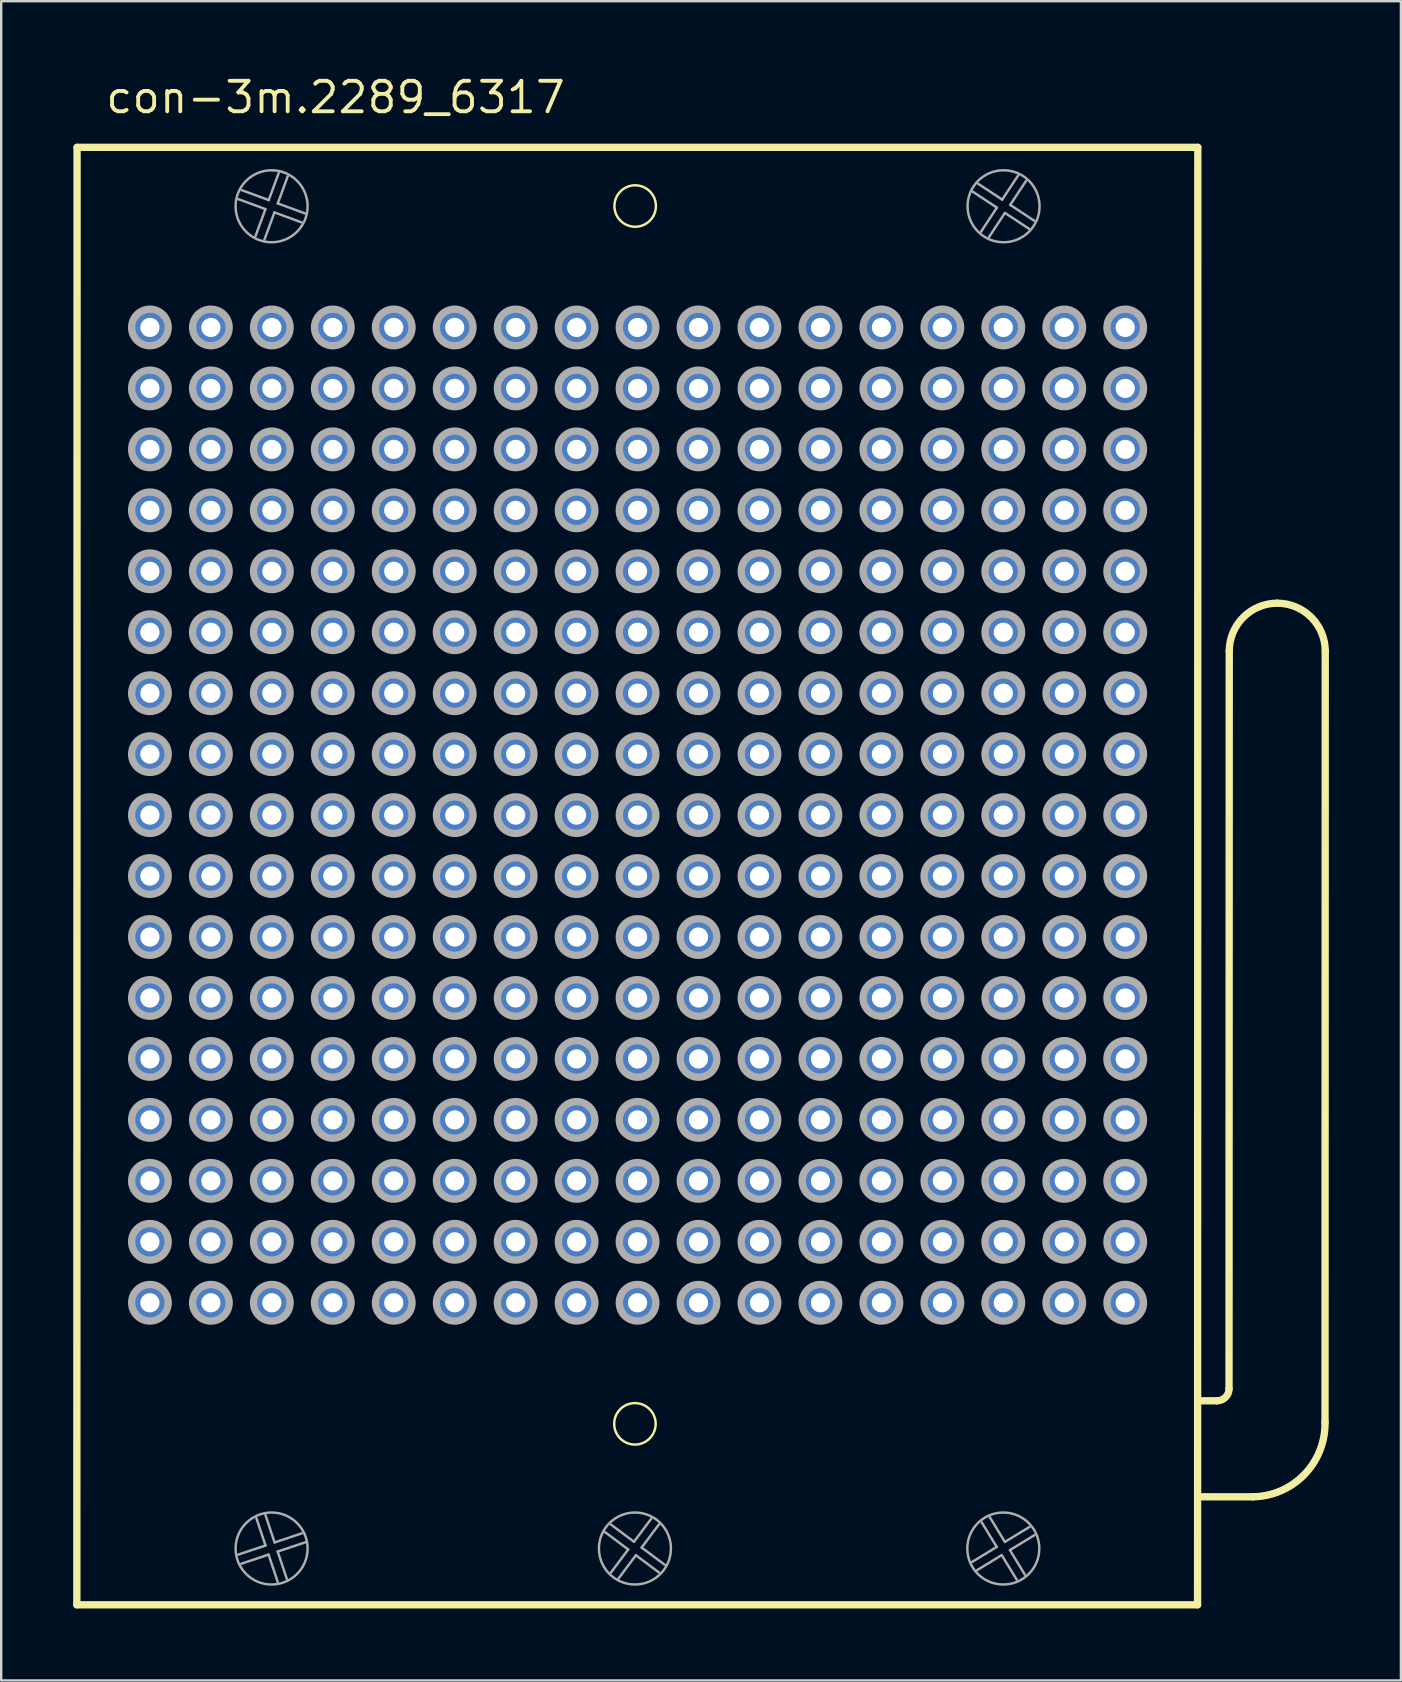
<source format=kicad_pcb>
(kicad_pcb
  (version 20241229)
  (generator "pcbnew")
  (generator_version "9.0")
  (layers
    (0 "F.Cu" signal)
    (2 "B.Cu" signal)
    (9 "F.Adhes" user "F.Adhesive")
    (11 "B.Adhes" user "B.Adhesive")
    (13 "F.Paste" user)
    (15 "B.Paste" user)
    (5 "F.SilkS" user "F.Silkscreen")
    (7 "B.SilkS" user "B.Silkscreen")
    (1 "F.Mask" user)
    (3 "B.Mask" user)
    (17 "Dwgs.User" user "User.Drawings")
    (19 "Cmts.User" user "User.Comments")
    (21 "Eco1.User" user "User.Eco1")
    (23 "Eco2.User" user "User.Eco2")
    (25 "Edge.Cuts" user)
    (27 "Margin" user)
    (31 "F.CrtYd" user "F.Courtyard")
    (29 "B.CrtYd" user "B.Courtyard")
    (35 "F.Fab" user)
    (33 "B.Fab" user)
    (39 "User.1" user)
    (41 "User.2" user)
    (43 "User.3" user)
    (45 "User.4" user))
  (footprint "con-3m.2289_6317"
    (layer "F.Cu")
    (at 23.517 30.915)
    (property "Reference" "con-3m.2289_6317" (at -22.245 -29.165 0) (layer "F.SilkS") (effects (font (size 1.27 1.27) (thickness 0.16)) (justify left bottom)))
    (attr through_hole)
    (fp_line (start -23.365 32.905) (end -23.355 -27.825) (stroke (width 0.305) (type default)) (layer "F.SilkS"))
    (fp_line (start -23.355 -27.825) (end 23.345 -27.825) (stroke (width 0.305) (type default)) (layer "F.SilkS"))
    (fp_line (start 23.335 32.905) (end -23.365 32.905) (stroke (width 0.305) (type default)) (layer "F.SilkS"))
    (fp_line (start 23.345 -27.825) (end 23.335 32.905) (stroke (width 0.305) (type default)) (layer "F.SilkS"))
    (fp_line (start 24.145 24.405) (end 23.381 24.405) (stroke (width 0.305) (type default)) (layer "F.SilkS"))
    (fp_line (start 24.645 23.905) (end 24.655 -6.83) (stroke (width 0.305) (type default)) (layer "F.SilkS"))
    (fp_line (start 25.645 28.405) (end 23.381 28.405) (stroke (width 0.305) (type default)) (layer "F.SilkS"))
    (fp_line (start 28.655 -6.83) (end 28.645 25.3) (stroke (width 0.305) (type default)) (layer "F.SilkS"))
    (fp_arc (start 24.645 23.905) (mid 24.498553 24.258553) (end 24.145 24.405) (stroke (width 0.3048) (type default)) (layer "F.SilkS"))
    (fp_arc (start 24.655 -6.83) (mid 25.240786 -8.244214) (end 26.655 -8.83) (stroke (width 0.3048) (type default)) (layer "F.SilkS"))
    (fp_arc (start 26.655 -8.83) (mid 28.069214 -8.244214) (end 28.655 -6.83) (stroke (width 0.3048) (type default)) (layer "F.SilkS"))
    (fp_arc (start 28.645 25.3) (mid 27.788067 27.47382) (end 25.645 28.405) (stroke (width 0.3048) (type default)) (layer "F.SilkS"))
    (fp_circle (center -0.11 25.365) (end 0.754 25.365) (stroke (width 0.102) (type default)) (fill no) (layer "F.SilkS"))
    (fp_circle (center -0.1 -25.38) (end 0.764 -25.38) (stroke (width 0.102) (type default)) (fill no) (layer "F.SilkS"))
    (fp_line (start -16.641 30.814) (end -15.503 30.434) (stroke (width 0.102) (type default)) (layer "F.Fab"))
    (fp_line (start -16.495 -26.041) (end -15.369 -25.627) (stroke (width 0.102) (type default)) (layer "F.Fab"))
    (fp_line (start -15.921 -24.125) (end -15.507 -25.251) (stroke (width 0.102) (type default)) (layer "F.Fab"))
    (fp_line (start -15.507 -25.251) (end -16.633 -25.666) (stroke (width 0.102) (type default)) (layer "F.Fab"))
    (fp_line (start -15.505 29.169) (end -15.124 30.307) (stroke (width 0.102) (type default)) (layer "F.Fab"))
    (fp_line (start -15.503 30.434) (end -15.884 29.296) (stroke (width 0.102) (type default)) (layer "F.Fab"))
    (fp_line (start -15.376 30.813) (end -16.514 31.194) (stroke (width 0.102) (type default)) (layer "F.Fab"))
    (fp_line (start -15.369 -25.627) (end -14.954 -26.753) (stroke (width 0.102) (type default)) (layer "F.Fab"))
    (fp_line (start -15.131 -25.113) (end -15.546 -23.987) (stroke (width 0.102) (type default)) (layer "F.Fab"))
    (fp_line (start -15.124 30.307) (end -13.986 29.926) (stroke (width 0.102) (type default)) (layer "F.Fab"))
    (fp_line (start -14.997 30.686) (end -14.616 31.824) (stroke (width 0.102) (type default)) (layer "F.Fab"))
    (fp_line (start -14.995 31.951) (end -15.376 30.813) (stroke (width 0.102) (type default)) (layer "F.Fab"))
    (fp_line (start -14.993 -25.489) (end -13.867 -25.074) (stroke (width 0.102) (type default)) (layer "F.Fab"))
    (fp_line (start -14.579 -26.615) (end -14.993 -25.489) (stroke (width 0.102) (type default)) (layer "F.Fab"))
    (fp_line (start -14.005 -24.699) (end -15.131 -25.113) (stroke (width 0.102) (type default)) (layer "F.Fab"))
    (fp_line (start -13.859 30.305) (end -14.997 30.686) (stroke (width 0.102) (type default)) (layer "F.Fab"))
    (fp_line (start -1.111 29.561) (end -0.15 30.28) (stroke (width 0.102) (type default)) (layer "F.Fab"))
    (fp_line (start -1.109 31.561) (end -0.39 30.6) (stroke (width 0.102) (type default)) (layer "F.Fab"))
    (fp_line (start -0.39 30.6) (end -1.351 29.881) (stroke (width 0.102) (type default)) (layer "F.Fab"))
    (fp_line (start -0.15 30.28) (end 0.569 29.319) (stroke (width 0.102) (type default)) (layer "F.Fab"))
    (fp_line (start -0.07 30.84) (end -0.788 31.801) (stroke (width 0.102) (type default)) (layer "F.Fab"))
    (fp_line (start 0.17 30.52) (end 1.131 31.238) (stroke (width 0.102) (type default)) (layer "F.Fab"))
    (fp_line (start 0.889 29.559) (end 0.17 30.52) (stroke (width 0.102) (type default)) (layer "F.Fab"))
    (fp_line (start 0.891 31.559) (end -0.07 30.84) (stroke (width 0.102) (type default)) (layer "F.Fab"))
    (fp_line (start 13.941 31.119) (end 14.965 30.493) (stroke (width 0.102) (type default)) (layer "F.Fab"))
    (fp_line (start 14.191 -26.308) (end 15.193 -25.647) (stroke (width 0.102) (type default)) (layer "F.Fab"))
    (fp_line (start 14.312 -24.311) (end 14.973 -25.313) (stroke (width 0.102) (type default)) (layer "F.Fab"))
    (fp_line (start 14.681 29.261) (end 15.306 30.285) (stroke (width 0.102) (type default)) (layer "F.Fab"))
    (fp_line (start 14.965 30.493) (end 14.34 29.469) (stroke (width 0.102) (type default)) (layer "F.Fab"))
    (fp_line (start 14.973 -25.313) (end 13.971 -25.974) (stroke (width 0.102) (type default)) (layer "F.Fab"))
    (fp_line (start 15.173 30.835) (end 14.149 31.46) (stroke (width 0.102) (type default)) (layer "F.Fab"))
    (fp_line (start 15.193 -25.647) (end 15.854 -26.649) (stroke (width 0.102) (type default)) (layer "F.Fab"))
    (fp_line (start 15.306 30.285) (end 16.331 29.66) (stroke (width 0.102) (type default)) (layer "F.Fab"))
    (fp_line (start 15.307 -25.093) (end 14.646 -24.091) (stroke (width 0.102) (type default)) (layer "F.Fab"))
    (fp_line (start 15.515 30.626) (end 16.14 31.651) (stroke (width 0.102) (type default)) (layer "F.Fab"))
    (fp_line (start 15.527 -25.427) (end 16.529 -24.766) (stroke (width 0.102) (type default)) (layer "F.Fab"))
    (fp_line (start 15.799 31.859) (end 15.173 30.835) (stroke (width 0.102) (type default)) (layer "F.Fab"))
    (fp_line (start 16.188 -26.429) (end 15.527 -25.427) (stroke (width 0.102) (type default)) (layer "F.Fab"))
    (fp_line (start 16.309 -24.432) (end 15.307 -25.093) (stroke (width 0.102) (type default)) (layer "F.Fab"))
    (fp_line (start 16.539 30.001) (end 15.515 30.626) (stroke (width 0.102) (type default)) (layer "F.Fab"))
    (fp_circle (center -20.32 -20.32) (end -19.558 -20.32) (stroke (width 0.305) (type default)) (fill no) (layer "F.Fab"))
    (fp_circle (center -20.32 -17.78) (end -19.558 -17.78) (stroke (width 0.305) (type default)) (fill no) (layer "F.Fab"))
    (fp_circle (center -20.32 -15.24) (end -19.558 -15.24) (stroke (width 0.305) (type default)) (fill no) (layer "F.Fab"))
    (fp_circle (center -20.32 -12.7) (end -19.558 -12.7) (stroke (width 0.305) (type default)) (fill no) (layer "F.Fab"))
    (fp_circle (center -20.32 -10.16) (end -19.558 -10.16) (stroke (width 0.305) (type default)) (fill no) (layer "F.Fab"))
    (fp_circle (center -20.32 -7.62) (end -19.558 -7.62) (stroke (width 0.305) (type default)) (fill no) (layer "F.Fab"))
    (fp_circle (center -20.32 -5.08) (end -19.558 -5.08) (stroke (width 0.305) (type default)) (fill no) (layer "F.Fab"))
    (fp_circle (center -20.32 -2.54) (end -19.558 -2.54) (stroke (width 0.305) (type default)) (fill no) (layer "F.Fab"))
    (fp_circle (center -20.32 0) (end -19.558 0) (stroke (width 0.305) (type default)) (fill no) (layer "F.Fab"))
    (fp_circle (center -20.32 2.54) (end -19.558 2.54) (stroke (width 0.305) (type default)) (fill no) (layer "F.Fab"))
    (fp_circle (center -20.32 5.08) (end -19.558 5.08) (stroke (width 0.305) (type default)) (fill no) (layer "F.Fab"))
    (fp_circle (center -20.32 7.62) (end -19.558 7.62) (stroke (width 0.305) (type default)) (fill no) (layer "F.Fab"))
    (fp_circle (center -20.32 10.16) (end -19.558 10.16) (stroke (width 0.305) (type default)) (fill no) (layer "F.Fab"))
    (fp_circle (center -20.32 12.7) (end -19.558 12.7) (stroke (width 0.305) (type default)) (fill no) (layer "F.Fab"))
    (fp_circle (center -20.32 15.24) (end -19.558 15.24) (stroke (width 0.305) (type default)) (fill no) (layer "F.Fab"))
    (fp_circle (center -20.32 17.78) (end -19.558 17.78) (stroke (width 0.305) (type default)) (fill no) (layer "F.Fab"))
    (fp_circle (center -20.32 20.32) (end -19.558 20.32) (stroke (width 0.305) (type default)) (fill no) (layer "F.Fab"))
    (fp_circle (center -17.78 -20.32) (end -17.018 -20.32) (stroke (width 0.305) (type default)) (fill no) (layer "F.Fab"))
    (fp_circle (center -17.78 -17.78) (end -17.018 -17.78) (stroke (width 0.305) (type default)) (fill no) (layer "F.Fab"))
    (fp_circle (center -17.78 -15.24) (end -17.018 -15.24) (stroke (width 0.305) (type default)) (fill no) (layer "F.Fab"))
    (fp_circle (center -17.78 -12.7) (end -17.018 -12.7) (stroke (width 0.305) (type default)) (fill no) (layer "F.Fab"))
    (fp_circle (center -17.78 -10.16) (end -17.018 -10.16) (stroke (width 0.305) (type default)) (fill no) (layer "F.Fab"))
    (fp_circle (center -17.78 -7.62) (end -17.018 -7.62) (stroke (width 0.305) (type default)) (fill no) (layer "F.Fab"))
    (fp_circle (center -17.78 -5.08) (end -17.018 -5.08) (stroke (width 0.305) (type default)) (fill no) (layer "F.Fab"))
    (fp_circle (center -17.78 -2.54) (end -17.018 -2.54) (stroke (width 0.305) (type default)) (fill no) (layer "F.Fab"))
    (fp_circle (center -17.78 0) (end -17.018 0) (stroke (width 0.305) (type default)) (fill no) (layer "F.Fab"))
    (fp_circle (center -17.78 2.54) (end -17.018 2.54) (stroke (width 0.305) (type default)) (fill no) (layer "F.Fab"))
    (fp_circle (center -17.78 5.08) (end -17.018 5.08) (stroke (width 0.305) (type default)) (fill no) (layer "F.Fab"))
    (fp_circle (center -17.78 7.62) (end -17.018 7.62) (stroke (width 0.305) (type default)) (fill no) (layer "F.Fab"))
    (fp_circle (center -17.78 10.16) (end -17.018 10.16) (stroke (width 0.305) (type default)) (fill no) (layer "F.Fab"))
    (fp_circle (center -17.78 12.7) (end -17.018 12.7) (stroke (width 0.305) (type default)) (fill no) (layer "F.Fab"))
    (fp_circle (center -17.78 15.24) (end -17.018 15.24) (stroke (width 0.305) (type default)) (fill no) (layer "F.Fab"))
    (fp_circle (center -17.78 17.78) (end -17.018 17.78) (stroke (width 0.305) (type default)) (fill no) (layer "F.Fab"))
    (fp_circle (center -17.78 20.32) (end -17.018 20.32) (stroke (width 0.305) (type default)) (fill no) (layer "F.Fab"))
    (fp_circle (center -15.25 -25.37) (end -13.75 -25.37) (stroke (width 0.102) (type default)) (fill no) (layer "F.Fab"))
    (fp_circle (center -15.25 30.56) (end -13.75 30.56) (stroke (width 0.102) (type default)) (fill no) (layer "F.Fab"))
    (fp_circle (center -15.24 -20.32) (end -14.478 -20.32) (stroke (width 0.305) (type default)) (fill no) (layer "F.Fab"))
    (fp_circle (center -15.24 -17.78) (end -14.478 -17.78) (stroke (width 0.305) (type default)) (fill no) (layer "F.Fab"))
    (fp_circle (center -15.24 -15.24) (end -14.478 -15.24) (stroke (width 0.305) (type default)) (fill no) (layer "F.Fab"))
    (fp_circle (center -15.24 -12.7) (end -14.478 -12.7) (stroke (width 0.305) (type default)) (fill no) (layer "F.Fab"))
    (fp_circle (center -15.24 -10.16) (end -14.478 -10.16) (stroke (width 0.305) (type default)) (fill no) (layer "F.Fab"))
    (fp_circle (center -15.24 -7.62) (end -14.478 -7.62) (stroke (width 0.305) (type default)) (fill no) (layer "F.Fab"))
    (fp_circle (center -15.24 -5.08) (end -14.478 -5.08) (stroke (width 0.305) (type default)) (fill no) (layer "F.Fab"))
    (fp_circle (center -15.24 -2.54) (end -14.478 -2.54) (stroke (width 0.305) (type default)) (fill no) (layer "F.Fab"))
    (fp_circle (center -15.24 0) (end -14.478 0) (stroke (width 0.305) (type default)) (fill no) (layer "F.Fab"))
    (fp_circle (center -15.24 2.54) (end -14.478 2.54) (stroke (width 0.305) (type default)) (fill no) (layer "F.Fab"))
    (fp_circle (center -15.24 5.08) (end -14.478 5.08) (stroke (width 0.305) (type default)) (fill no) (layer "F.Fab"))
    (fp_circle (center -15.24 7.62) (end -14.478 7.62) (stroke (width 0.305) (type default)) (fill no) (layer "F.Fab"))
    (fp_circle (center -15.24 10.16) (end -14.478 10.16) (stroke (width 0.305) (type default)) (fill no) (layer "F.Fab"))
    (fp_circle (center -15.24 12.7) (end -14.478 12.7) (stroke (width 0.305) (type default)) (fill no) (layer "F.Fab"))
    (fp_circle (center -15.24 15.24) (end -14.478 15.24) (stroke (width 0.305) (type default)) (fill no) (layer "F.Fab"))
    (fp_circle (center -15.24 17.78) (end -14.478 17.78) (stroke (width 0.305) (type default)) (fill no) (layer "F.Fab"))
    (fp_circle (center -15.24 20.32) (end -14.478 20.32) (stroke (width 0.305) (type default)) (fill no) (layer "F.Fab"))
    (fp_circle (center -12.7 -20.32) (end -11.938 -20.32) (stroke (width 0.305) (type default)) (fill no) (layer "F.Fab"))
    (fp_circle (center -12.7 -17.78) (end -11.938 -17.78) (stroke (width 0.305) (type default)) (fill no) (layer "F.Fab"))
    (fp_circle (center -12.7 -15.24) (end -11.938 -15.24) (stroke (width 0.305) (type default)) (fill no) (layer "F.Fab"))
    (fp_circle (center -12.7 -12.7) (end -11.938 -12.7) (stroke (width 0.305) (type default)) (fill no) (layer "F.Fab"))
    (fp_circle (center -12.7 -10.16) (end -11.938 -10.16) (stroke (width 0.305) (type default)) (fill no) (layer "F.Fab"))
    (fp_circle (center -12.7 -7.62) (end -11.938 -7.62) (stroke (width 0.305) (type default)) (fill no) (layer "F.Fab"))
    (fp_circle (center -12.7 -5.08) (end -11.938 -5.08) (stroke (width 0.305) (type default)) (fill no) (layer "F.Fab"))
    (fp_circle (center -12.7 -2.54) (end -11.938 -2.54) (stroke (width 0.305) (type default)) (fill no) (layer "F.Fab"))
    (fp_circle (center -12.7 0) (end -11.938 0) (stroke (width 0.305) (type default)) (fill no) (layer "F.Fab"))
    (fp_circle (center -12.7 2.54) (end -11.938 2.54) (stroke (width 0.305) (type default)) (fill no) (layer "F.Fab"))
    (fp_circle (center -12.7 5.08) (end -11.938 5.08) (stroke (width 0.305) (type default)) (fill no) (layer "F.Fab"))
    (fp_circle (center -12.7 7.62) (end -11.938 7.62) (stroke (width 0.305) (type default)) (fill no) (layer "F.Fab"))
    (fp_circle (center -12.7 10.16) (end -11.938 10.16) (stroke (width 0.305) (type default)) (fill no) (layer "F.Fab"))
    (fp_circle (center -12.7 12.7) (end -11.938 12.7) (stroke (width 0.305) (type default)) (fill no) (layer "F.Fab"))
    (fp_circle (center -12.7 15.24) (end -11.938 15.24) (stroke (width 0.305) (type default)) (fill no) (layer "F.Fab"))
    (fp_circle (center -12.7 17.78) (end -11.938 17.78) (stroke (width 0.305) (type default)) (fill no) (layer "F.Fab"))
    (fp_circle (center -12.7 20.32) (end -11.938 20.32) (stroke (width 0.305) (type default)) (fill no) (layer "F.Fab"))
    (fp_circle (center -10.16 -20.32) (end -9.398 -20.32) (stroke (width 0.305) (type default)) (fill no) (layer "F.Fab"))
    (fp_circle (center -10.16 -17.78) (end -9.398 -17.78) (stroke (width 0.305) (type default)) (fill no) (layer "F.Fab"))
    (fp_circle (center -10.16 -15.24) (end -9.398 -15.24) (stroke (width 0.305) (type default)) (fill no) (layer "F.Fab"))
    (fp_circle (center -10.16 -12.7) (end -9.398 -12.7) (stroke (width 0.305) (type default)) (fill no) (layer "F.Fab"))
    (fp_circle (center -10.16 -10.16) (end -9.398 -10.16) (stroke (width 0.305) (type default)) (fill no) (layer "F.Fab"))
    (fp_circle (center -10.16 -7.62) (end -9.398 -7.62) (stroke (width 0.305) (type default)) (fill no) (layer "F.Fab"))
    (fp_circle (center -10.16 -5.08) (end -9.398 -5.08) (stroke (width 0.305) (type default)) (fill no) (layer "F.Fab"))
    (fp_circle (center -10.16 -2.54) (end -9.398 -2.54) (stroke (width 0.305) (type default)) (fill no) (layer "F.Fab"))
    (fp_circle (center -10.16 0) (end -9.398 0) (stroke (width 0.305) (type default)) (fill no) (layer "F.Fab"))
    (fp_circle (center -10.16 2.54) (end -9.398 2.54) (stroke (width 0.305) (type default)) (fill no) (layer "F.Fab"))
    (fp_circle (center -10.16 5.08) (end -9.398 5.08) (stroke (width 0.305) (type default)) (fill no) (layer "F.Fab"))
    (fp_circle (center -10.16 7.62) (end -9.398 7.62) (stroke (width 0.305) (type default)) (fill no) (layer "F.Fab"))
    (fp_circle (center -10.16 10.16) (end -9.398 10.16) (stroke (width 0.305) (type default)) (fill no) (layer "F.Fab"))
    (fp_circle (center -10.16 12.7) (end -9.398 12.7) (stroke (width 0.305) (type default)) (fill no) (layer "F.Fab"))
    (fp_circle (center -10.16 15.24) (end -9.398 15.24) (stroke (width 0.305) (type default)) (fill no) (layer "F.Fab"))
    (fp_circle (center -10.16 17.78) (end -9.398 17.78) (stroke (width 0.305) (type default)) (fill no) (layer "F.Fab"))
    (fp_circle (center -10.16 20.32) (end -9.398 20.32) (stroke (width 0.305) (type default)) (fill no) (layer "F.Fab"))
    (fp_circle (center -7.62 -20.32) (end -6.858 -20.32) (stroke (width 0.305) (type default)) (fill no) (layer "F.Fab"))
    (fp_circle (center -7.62 -17.78) (end -6.858 -17.78) (stroke (width 0.305) (type default)) (fill no) (layer "F.Fab"))
    (fp_circle (center -7.62 -15.24) (end -6.858 -15.24) (stroke (width 0.305) (type default)) (fill no) (layer "F.Fab"))
    (fp_circle (center -7.62 -12.7) (end -6.858 -12.7) (stroke (width 0.305) (type default)) (fill no) (layer "F.Fab"))
    (fp_circle (center -7.62 -10.16) (end -6.858 -10.16) (stroke (width 0.305) (type default)) (fill no) (layer "F.Fab"))
    (fp_circle (center -7.62 -7.62) (end -6.858 -7.62) (stroke (width 0.305) (type default)) (fill no) (layer "F.Fab"))
    (fp_circle (center -7.62 -5.08) (end -6.858 -5.08) (stroke (width 0.305) (type default)) (fill no) (layer "F.Fab"))
    (fp_circle (center -7.62 -2.54) (end -6.858 -2.54) (stroke (width 0.305) (type default)) (fill no) (layer "F.Fab"))
    (fp_circle (center -7.62 0) (end -6.858 0) (stroke (width 0.305) (type default)) (fill no) (layer "F.Fab"))
    (fp_circle (center -7.62 2.54) (end -6.858 2.54) (stroke (width 0.305) (type default)) (fill no) (layer "F.Fab"))
    (fp_circle (center -7.62 5.08) (end -6.858 5.08) (stroke (width 0.305) (type default)) (fill no) (layer "F.Fab"))
    (fp_circle (center -7.62 7.62) (end -6.858 7.62) (stroke (width 0.305) (type default)) (fill no) (layer "F.Fab"))
    (fp_circle (center -7.62 10.16) (end -6.858 10.16) (stroke (width 0.305) (type default)) (fill no) (layer "F.Fab"))
    (fp_circle (center -7.62 12.7) (end -6.858 12.7) (stroke (width 0.305) (type default)) (fill no) (layer "F.Fab"))
    (fp_circle (center -7.62 15.24) (end -6.858 15.24) (stroke (width 0.305) (type default)) (fill no) (layer "F.Fab"))
    (fp_circle (center -7.62 17.78) (end -6.858 17.78) (stroke (width 0.305) (type default)) (fill no) (layer "F.Fab"))
    (fp_circle (center -7.62 20.32) (end -6.858 20.32) (stroke (width 0.305) (type default)) (fill no) (layer "F.Fab"))
    (fp_circle (center -5.08 -20.32) (end -4.318 -20.32) (stroke (width 0.305) (type default)) (fill no) (layer "F.Fab"))
    (fp_circle (center -5.08 -17.78) (end -4.318 -17.78) (stroke (width 0.305) (type default)) (fill no) (layer "F.Fab"))
    (fp_circle (center -5.08 -15.24) (end -4.318 -15.24) (stroke (width 0.305) (type default)) (fill no) (layer "F.Fab"))
    (fp_circle (center -5.08 -12.7) (end -4.318 -12.7) (stroke (width 0.305) (type default)) (fill no) (layer "F.Fab"))
    (fp_circle (center -5.08 -10.16) (end -4.318 -10.16) (stroke (width 0.305) (type default)) (fill no) (layer "F.Fab"))
    (fp_circle (center -5.08 -7.62) (end -4.318 -7.62) (stroke (width 0.305) (type default)) (fill no) (layer "F.Fab"))
    (fp_circle (center -5.08 -5.08) (end -4.318 -5.08) (stroke (width 0.305) (type default)) (fill no) (layer "F.Fab"))
    (fp_circle (center -5.08 -2.54) (end -4.318 -2.54) (stroke (width 0.305) (type default)) (fill no) (layer "F.Fab"))
    (fp_circle (center -5.08 0) (end -4.318 0) (stroke (width 0.305) (type default)) (fill no) (layer "F.Fab"))
    (fp_circle (center -5.08 2.54) (end -4.318 2.54) (stroke (width 0.305) (type default)) (fill no) (layer "F.Fab"))
    (fp_circle (center -5.08 5.08) (end -4.318 5.08) (stroke (width 0.305) (type default)) (fill no) (layer "F.Fab"))
    (fp_circle (center -5.08 7.62) (end -4.318 7.62) (stroke (width 0.305) (type default)) (fill no) (layer "F.Fab"))
    (fp_circle (center -5.08 10.16) (end -4.318 10.16) (stroke (width 0.305) (type default)) (fill no) (layer "F.Fab"))
    (fp_circle (center -5.08 12.7) (end -4.318 12.7) (stroke (width 0.305) (type default)) (fill no) (layer "F.Fab"))
    (fp_circle (center -5.08 15.24) (end -4.318 15.24) (stroke (width 0.305) (type default)) (fill no) (layer "F.Fab"))
    (fp_circle (center -5.08 17.78) (end -4.318 17.78) (stroke (width 0.305) (type default)) (fill no) (layer "F.Fab"))
    (fp_circle (center -5.08 20.32) (end -4.318 20.32) (stroke (width 0.305) (type default)) (fill no) (layer "F.Fab"))
    (fp_circle (center -2.54 -20.32) (end -1.778 -20.32) (stroke (width 0.305) (type default)) (fill no) (layer "F.Fab"))
    (fp_circle (center -2.54 -17.78) (end -1.778 -17.78) (stroke (width 0.305) (type default)) (fill no) (layer "F.Fab"))
    (fp_circle (center -2.54 -15.24) (end -1.778 -15.24) (stroke (width 0.305) (type default)) (fill no) (layer "F.Fab"))
    (fp_circle (center -2.54 -12.7) (end -1.778 -12.7) (stroke (width 0.305) (type default)) (fill no) (layer "F.Fab"))
    (fp_circle (center -2.54 -10.16) (end -1.778 -10.16) (stroke (width 0.305) (type default)) (fill no) (layer "F.Fab"))
    (fp_circle (center -2.54 -7.62) (end -1.778 -7.62) (stroke (width 0.305) (type default)) (fill no) (layer "F.Fab"))
    (fp_circle (center -2.54 -5.08) (end -1.778 -5.08) (stroke (width 0.305) (type default)) (fill no) (layer "F.Fab"))
    (fp_circle (center -2.54 -2.54) (end -1.778 -2.54) (stroke (width 0.305) (type default)) (fill no) (layer "F.Fab"))
    (fp_circle (center -2.54 0) (end -1.778 0) (stroke (width 0.305) (type default)) (fill no) (layer "F.Fab"))
    (fp_circle (center -2.54 2.54) (end -1.778 2.54) (stroke (width 0.305) (type default)) (fill no) (layer "F.Fab"))
    (fp_circle (center -2.54 5.08) (end -1.778 5.08) (stroke (width 0.305) (type default)) (fill no) (layer "F.Fab"))
    (fp_circle (center -2.54 7.62) (end -1.778 7.62) (stroke (width 0.305) (type default)) (fill no) (layer "F.Fab"))
    (fp_circle (center -2.54 10.16) (end -1.778 10.16) (stroke (width 0.305) (type default)) (fill no) (layer "F.Fab"))
    (fp_circle (center -2.54 12.7) (end -1.778 12.7) (stroke (width 0.305) (type default)) (fill no) (layer "F.Fab"))
    (fp_circle (center -2.54 15.24) (end -1.778 15.24) (stroke (width 0.305) (type default)) (fill no) (layer "F.Fab"))
    (fp_circle (center -2.54 17.78) (end -1.778 17.78) (stroke (width 0.305) (type default)) (fill no) (layer "F.Fab"))
    (fp_circle (center -2.54 20.32) (end -1.778 20.32) (stroke (width 0.305) (type default)) (fill no) (layer "F.Fab"))
    (fp_circle (center -0.11 30.56) (end 1.39 30.56) (stroke (width 0.102) (type default)) (fill no) (layer "F.Fab"))
    (fp_circle (center 0 -20.32) (end 0.762 -20.32) (stroke (width 0.305) (type default)) (fill no) (layer "F.Fab"))
    (fp_circle (center 0 -17.78) (end 0.762 -17.78) (stroke (width 0.305) (type default)) (fill no) (layer "F.Fab"))
    (fp_circle (center 0 -15.24) (end 0.762 -15.24) (stroke (width 0.305) (type default)) (fill no) (layer "F.Fab"))
    (fp_circle (center 0 -12.7) (end 0.762 -12.7) (stroke (width 0.305) (type default)) (fill no) (layer "F.Fab"))
    (fp_circle (center 0 -10.16) (end 0.762 -10.16) (stroke (width 0.305) (type default)) (fill no) (layer "F.Fab"))
    (fp_circle (center 0 -7.62) (end 0.762 -7.62) (stroke (width 0.305) (type default)) (fill no) (layer "F.Fab"))
    (fp_circle (center 0 -5.08) (end 0.762 -5.08) (stroke (width 0.305) (type default)) (fill no) (layer "F.Fab"))
    (fp_circle (center 0 -2.54) (end 0.762 -2.54) (stroke (width 0.305) (type default)) (fill no) (layer "F.Fab"))
    (fp_circle (center 0 0) (end 0.762 0) (stroke (width 0.305) (type default)) (fill no) (layer "F.Fab"))
    (fp_circle (center 0 2.54) (end 0.762 2.54) (stroke (width 0.305) (type default)) (fill no) (layer "F.Fab"))
    (fp_circle (center 0 5.08) (end 0.762 5.08) (stroke (width 0.305) (type default)) (fill no) (layer "F.Fab"))
    (fp_circle (center 0 7.62) (end 0.762 7.62) (stroke (width 0.305) (type default)) (fill no) (layer "F.Fab"))
    (fp_circle (center 0 10.16) (end 0.762 10.16) (stroke (width 0.305) (type default)) (fill no) (layer "F.Fab"))
    (fp_circle (center 0 12.7) (end 0.762 12.7) (stroke (width 0.305) (type default)) (fill no) (layer "F.Fab"))
    (fp_circle (center 0 15.24) (end 0.762 15.24) (stroke (width 0.305) (type default)) (fill no) (layer "F.Fab"))
    (fp_circle (center 0 17.78) (end 0.762 17.78) (stroke (width 0.305) (type default)) (fill no) (layer "F.Fab"))
    (fp_circle (center 0 20.32) (end 0.762 20.32) (stroke (width 0.305) (type default)) (fill no) (layer "F.Fab"))
    (fp_circle (center 2.54 -20.32) (end 3.302 -20.32) (stroke (width 0.305) (type default)) (fill no) (layer "F.Fab"))
    (fp_circle (center 2.54 -17.78) (end 3.302 -17.78) (stroke (width 0.305) (type default)) (fill no) (layer "F.Fab"))
    (fp_circle (center 2.54 -15.24) (end 3.302 -15.24) (stroke (width 0.305) (type default)) (fill no) (layer "F.Fab"))
    (fp_circle (center 2.54 -12.7) (end 3.302 -12.7) (stroke (width 0.305) (type default)) (fill no) (layer "F.Fab"))
    (fp_circle (center 2.54 -10.16) (end 3.302 -10.16) (stroke (width 0.305) (type default)) (fill no) (layer "F.Fab"))
    (fp_circle (center 2.54 -7.62) (end 3.302 -7.62) (stroke (width 0.305) (type default)) (fill no) (layer "F.Fab"))
    (fp_circle (center 2.54 -5.08) (end 3.302 -5.08) (stroke (width 0.305) (type default)) (fill no) (layer "F.Fab"))
    (fp_circle (center 2.54 -2.54) (end 3.302 -2.54) (stroke (width 0.305) (type default)) (fill no) (layer "F.Fab"))
    (fp_circle (center 2.54 0) (end 3.302 0) (stroke (width 0.305) (type default)) (fill no) (layer "F.Fab"))
    (fp_circle (center 2.54 2.54) (end 3.302 2.54) (stroke (width 0.305) (type default)) (fill no) (layer "F.Fab"))
    (fp_circle (center 2.54 5.08) (end 3.302 5.08) (stroke (width 0.305) (type default)) (fill no) (layer "F.Fab"))
    (fp_circle (center 2.54 7.62) (end 3.302 7.62) (stroke (width 0.305) (type default)) (fill no) (layer "F.Fab"))
    (fp_circle (center 2.54 10.16) (end 3.302 10.16) (stroke (width 0.305) (type default)) (fill no) (layer "F.Fab"))
    (fp_circle (center 2.54 12.7) (end 3.302 12.7) (stroke (width 0.305) (type default)) (fill no) (layer "F.Fab"))
    (fp_circle (center 2.54 15.24) (end 3.302 15.24) (stroke (width 0.305) (type default)) (fill no) (layer "F.Fab"))
    (fp_circle (center 2.54 17.78) (end 3.302 17.78) (stroke (width 0.305) (type default)) (fill no) (layer "F.Fab"))
    (fp_circle (center 2.54 20.32) (end 3.302 20.32) (stroke (width 0.305) (type default)) (fill no) (layer "F.Fab"))
    (fp_circle (center 5.08 -20.32) (end 5.842 -20.32) (stroke (width 0.305) (type default)) (fill no) (layer "F.Fab"))
    (fp_circle (center 5.08 -17.78) (end 5.842 -17.78) (stroke (width 0.305) (type default)) (fill no) (layer "F.Fab"))
    (fp_circle (center 5.08 -15.24) (end 5.842 -15.24) (stroke (width 0.305) (type default)) (fill no) (layer "F.Fab"))
    (fp_circle (center 5.08 -12.7) (end 5.842 -12.7) (stroke (width 0.305) (type default)) (fill no) (layer "F.Fab"))
    (fp_circle (center 5.08 -10.16) (end 5.842 -10.16) (stroke (width 0.305) (type default)) (fill no) (layer "F.Fab"))
    (fp_circle (center 5.08 -7.62) (end 5.842 -7.62) (stroke (width 0.305) (type default)) (fill no) (layer "F.Fab"))
    (fp_circle (center 5.08 -5.08) (end 5.842 -5.08) (stroke (width 0.305) (type default)) (fill no) (layer "F.Fab"))
    (fp_circle (center 5.08 -2.54) (end 5.842 -2.54) (stroke (width 0.305) (type default)) (fill no) (layer "F.Fab"))
    (fp_circle (center 5.08 0) (end 5.842 0) (stroke (width 0.305) (type default)) (fill no) (layer "F.Fab"))
    (fp_circle (center 5.08 2.54) (end 5.842 2.54) (stroke (width 0.305) (type default)) (fill no) (layer "F.Fab"))
    (fp_circle (center 5.08 5.08) (end 5.842 5.08) (stroke (width 0.305) (type default)) (fill no) (layer "F.Fab"))
    (fp_circle (center 5.08 7.62) (end 5.842 7.62) (stroke (width 0.305) (type default)) (fill no) (layer "F.Fab"))
    (fp_circle (center 5.08 10.16) (end 5.842 10.16) (stroke (width 0.305) (type default)) (fill no) (layer "F.Fab"))
    (fp_circle (center 5.08 12.7) (end 5.842 12.7) (stroke (width 0.305) (type default)) (fill no) (layer "F.Fab"))
    (fp_circle (center 5.08 15.24) (end 5.842 15.24) (stroke (width 0.305) (type default)) (fill no) (layer "F.Fab"))
    (fp_circle (center 5.08 17.78) (end 5.842 17.78) (stroke (width 0.305) (type default)) (fill no) (layer "F.Fab"))
    (fp_circle (center 5.08 20.32) (end 5.842 20.32) (stroke (width 0.305) (type default)) (fill no) (layer "F.Fab"))
    (fp_circle (center 7.62 -20.32) (end 8.382 -20.32) (stroke (width 0.305) (type default)) (fill no) (layer "F.Fab"))
    (fp_circle (center 7.62 -17.78) (end 8.382 -17.78) (stroke (width 0.305) (type default)) (fill no) (layer "F.Fab"))
    (fp_circle (center 7.62 -15.24) (end 8.382 -15.24) (stroke (width 0.305) (type default)) (fill no) (layer "F.Fab"))
    (fp_circle (center 7.62 -12.7) (end 8.382 -12.7) (stroke (width 0.305) (type default)) (fill no) (layer "F.Fab"))
    (fp_circle (center 7.62 -10.16) (end 8.382 -10.16) (stroke (width 0.305) (type default)) (fill no) (layer "F.Fab"))
    (fp_circle (center 7.62 -7.62) (end 8.382 -7.62) (stroke (width 0.305) (type default)) (fill no) (layer "F.Fab"))
    (fp_circle (center 7.62 -5.08) (end 8.382 -5.08) (stroke (width 0.305) (type default)) (fill no) (layer "F.Fab"))
    (fp_circle (center 7.62 -2.54) (end 8.382 -2.54) (stroke (width 0.305) (type default)) (fill no) (layer "F.Fab"))
    (fp_circle (center 7.62 0) (end 8.382 0) (stroke (width 0.305) (type default)) (fill no) (layer "F.Fab"))
    (fp_circle (center 7.62 2.54) (end 8.382 2.54) (stroke (width 0.305) (type default)) (fill no) (layer "F.Fab"))
    (fp_circle (center 7.62 5.08) (end 8.382 5.08) (stroke (width 0.305) (type default)) (fill no) (layer "F.Fab"))
    (fp_circle (center 7.62 7.62) (end 8.382 7.62) (stroke (width 0.305) (type default)) (fill no) (layer "F.Fab"))
    (fp_circle (center 7.62 10.16) (end 8.382 10.16) (stroke (width 0.305) (type default)) (fill no) (layer "F.Fab"))
    (fp_circle (center 7.62 12.7) (end 8.382 12.7) (stroke (width 0.305) (type default)) (fill no) (layer "F.Fab"))
    (fp_circle (center 7.62 15.24) (end 8.382 15.24) (stroke (width 0.305) (type default)) (fill no) (layer "F.Fab"))
    (fp_circle (center 7.62 17.78) (end 8.382 17.78) (stroke (width 0.305) (type default)) (fill no) (layer "F.Fab"))
    (fp_circle (center 7.62 20.32) (end 8.382 20.32) (stroke (width 0.305) (type default)) (fill no) (layer "F.Fab"))
    (fp_circle (center 10.16 -20.32) (end 10.922 -20.32) (stroke (width 0.305) (type default)) (fill no) (layer "F.Fab"))
    (fp_circle (center 10.16 -17.78) (end 10.922 -17.78) (stroke (width 0.305) (type default)) (fill no) (layer "F.Fab"))
    (fp_circle (center 10.16 -15.24) (end 10.922 -15.24) (stroke (width 0.305) (type default)) (fill no) (layer "F.Fab"))
    (fp_circle (center 10.16 -12.7) (end 10.922 -12.7) (stroke (width 0.305) (type default)) (fill no) (layer "F.Fab"))
    (fp_circle (center 10.16 -10.16) (end 10.922 -10.16) (stroke (width 0.305) (type default)) (fill no) (layer "F.Fab"))
    (fp_circle (center 10.16 -7.62) (end 10.922 -7.62) (stroke (width 0.305) (type default)) (fill no) (layer "F.Fab"))
    (fp_circle (center 10.16 -5.08) (end 10.922 -5.08) (stroke (width 0.305) (type default)) (fill no) (layer "F.Fab"))
    (fp_circle (center 10.16 -2.54) (end 10.922 -2.54) (stroke (width 0.305) (type default)) (fill no) (layer "F.Fab"))
    (fp_circle (center 10.16 0) (end 10.922 0) (stroke (width 0.305) (type default)) (fill no) (layer "F.Fab"))
    (fp_circle (center 10.16 2.54) (end 10.922 2.54) (stroke (width 0.305) (type default)) (fill no) (layer "F.Fab"))
    (fp_circle (center 10.16 5.08) (end 10.922 5.08) (stroke (width 0.305) (type default)) (fill no) (layer "F.Fab"))
    (fp_circle (center 10.16 7.62) (end 10.922 7.62) (stroke (width 0.305) (type default)) (fill no) (layer "F.Fab"))
    (fp_circle (center 10.16 10.16) (end 10.922 10.16) (stroke (width 0.305) (type default)) (fill no) (layer "F.Fab"))
    (fp_circle (center 10.16 12.7) (end 10.922 12.7) (stroke (width 0.305) (type default)) (fill no) (layer "F.Fab"))
    (fp_circle (center 10.16 15.24) (end 10.922 15.24) (stroke (width 0.305) (type default)) (fill no) (layer "F.Fab"))
    (fp_circle (center 10.16 17.78) (end 10.922 17.78) (stroke (width 0.305) (type default)) (fill no) (layer "F.Fab"))
    (fp_circle (center 10.16 20.32) (end 10.922 20.32) (stroke (width 0.305) (type default)) (fill no) (layer "F.Fab"))
    (fp_circle (center 12.7 -20.32) (end 13.462 -20.32) (stroke (width 0.305) (type default)) (fill no) (layer "F.Fab"))
    (fp_circle (center 12.7 -17.78) (end 13.462 -17.78) (stroke (width 0.305) (type default)) (fill no) (layer "F.Fab"))
    (fp_circle (center 12.7 -15.24) (end 13.462 -15.24) (stroke (width 0.305) (type default)) (fill no) (layer "F.Fab"))
    (fp_circle (center 12.7 -12.7) (end 13.462 -12.7) (stroke (width 0.305) (type default)) (fill no) (layer "F.Fab"))
    (fp_circle (center 12.7 -10.16) (end 13.462 -10.16) (stroke (width 0.305) (type default)) (fill no) (layer "F.Fab"))
    (fp_circle (center 12.7 -7.62) (end 13.462 -7.62) (stroke (width 0.305) (type default)) (fill no) (layer "F.Fab"))
    (fp_circle (center 12.7 -5.08) (end 13.462 -5.08) (stroke (width 0.305) (type default)) (fill no) (layer "F.Fab"))
    (fp_circle (center 12.7 -2.54) (end 13.462 -2.54) (stroke (width 0.305) (type default)) (fill no) (layer "F.Fab"))
    (fp_circle (center 12.7 0) (end 13.462 0) (stroke (width 0.305) (type default)) (fill no) (layer "F.Fab"))
    (fp_circle (center 12.7 2.54) (end 13.462 2.54) (stroke (width 0.305) (type default)) (fill no) (layer "F.Fab"))
    (fp_circle (center 12.7 5.08) (end 13.462 5.08) (stroke (width 0.305) (type default)) (fill no) (layer "F.Fab"))
    (fp_circle (center 12.7 7.62) (end 13.462 7.62) (stroke (width 0.305) (type default)) (fill no) (layer "F.Fab"))
    (fp_circle (center 12.7 10.16) (end 13.462 10.16) (stroke (width 0.305) (type default)) (fill no) (layer "F.Fab"))
    (fp_circle (center 12.7 12.7) (end 13.462 12.7) (stroke (width 0.305) (type default)) (fill no) (layer "F.Fab"))
    (fp_circle (center 12.7 15.24) (end 13.462 15.24) (stroke (width 0.305) (type default)) (fill no) (layer "F.Fab"))
    (fp_circle (center 12.7 17.78) (end 13.462 17.78) (stroke (width 0.305) (type default)) (fill no) (layer "F.Fab"))
    (fp_circle (center 12.7 20.32) (end 13.462 20.32) (stroke (width 0.305) (type default)) (fill no) (layer "F.Fab"))
    (fp_circle (center 15.24 -20.32) (end 16.002 -20.32) (stroke (width 0.305) (type default)) (fill no) (layer "F.Fab"))
    (fp_circle (center 15.24 -17.78) (end 16.002 -17.78) (stroke (width 0.305) (type default)) (fill no) (layer "F.Fab"))
    (fp_circle (center 15.24 -15.24) (end 16.002 -15.24) (stroke (width 0.305) (type default)) (fill no) (layer "F.Fab"))
    (fp_circle (center 15.24 -12.7) (end 16.002 -12.7) (stroke (width 0.305) (type default)) (fill no) (layer "F.Fab"))
    (fp_circle (center 15.24 -10.16) (end 16.002 -10.16) (stroke (width 0.305) (type default)) (fill no) (layer "F.Fab"))
    (fp_circle (center 15.24 -7.62) (end 16.002 -7.62) (stroke (width 0.305) (type default)) (fill no) (layer "F.Fab"))
    (fp_circle (center 15.24 -5.08) (end 16.002 -5.08) (stroke (width 0.305) (type default)) (fill no) (layer "F.Fab"))
    (fp_circle (center 15.24 -2.54) (end 16.002 -2.54) (stroke (width 0.305) (type default)) (fill no) (layer "F.Fab"))
    (fp_circle (center 15.24 0) (end 16.002 0) (stroke (width 0.305) (type default)) (fill no) (layer "F.Fab"))
    (fp_circle (center 15.24 2.54) (end 16.002 2.54) (stroke (width 0.305) (type default)) (fill no) (layer "F.Fab"))
    (fp_circle (center 15.24 5.08) (end 16.002 5.08) (stroke (width 0.305) (type default)) (fill no) (layer "F.Fab"))
    (fp_circle (center 15.24 7.62) (end 16.002 7.62) (stroke (width 0.305) (type default)) (fill no) (layer "F.Fab"))
    (fp_circle (center 15.24 10.16) (end 16.002 10.16) (stroke (width 0.305) (type default)) (fill no) (layer "F.Fab"))
    (fp_circle (center 15.24 12.7) (end 16.002 12.7) (stroke (width 0.305) (type default)) (fill no) (layer "F.Fab"))
    (fp_circle (center 15.24 15.24) (end 16.002 15.24) (stroke (width 0.305) (type default)) (fill no) (layer "F.Fab"))
    (fp_circle (center 15.24 17.78) (end 16.002 17.78) (stroke (width 0.305) (type default)) (fill no) (layer "F.Fab"))
    (fp_circle (center 15.24 20.32) (end 16.002 20.32) (stroke (width 0.305) (type default)) (fill no) (layer "F.Fab"))
    (fp_circle (center 15.24 30.56) (end 16.74 30.56) (stroke (width 0.102) (type default)) (fill no) (layer "F.Fab"))
    (fp_circle (center 15.25 -25.37) (end 16.75 -25.37) (stroke (width 0.102) (type default)) (fill no) (layer "F.Fab"))
    (fp_circle (center 17.78 -20.32) (end 18.542 -20.32) (stroke (width 0.305) (type default)) (fill no) (layer "F.Fab"))
    (fp_circle (center 17.78 -17.78) (end 18.542 -17.78) (stroke (width 0.305) (type default)) (fill no) (layer "F.Fab"))
    (fp_circle (center 17.78 -15.24) (end 18.542 -15.24) (stroke (width 0.305) (type default)) (fill no) (layer "F.Fab"))
    (fp_circle (center 17.78 -12.7) (end 18.542 -12.7) (stroke (width 0.305) (type default)) (fill no) (layer "F.Fab"))
    (fp_circle (center 17.78 -10.16) (end 18.542 -10.16) (stroke (width 0.305) (type default)) (fill no) (layer "F.Fab"))
    (fp_circle (center 17.78 -7.62) (end 18.542 -7.62) (stroke (width 0.305) (type default)) (fill no) (layer "F.Fab"))
    (fp_circle (center 17.78 -5.08) (end 18.542 -5.08) (stroke (width 0.305) (type default)) (fill no) (layer "F.Fab"))
    (fp_circle (center 17.78 -2.54) (end 18.542 -2.54) (stroke (width 0.305) (type default)) (fill no) (layer "F.Fab"))
    (fp_circle (center 17.78 0) (end 18.542 0) (stroke (width 0.305) (type default)) (fill no) (layer "F.Fab"))
    (fp_circle (center 17.78 2.54) (end 18.542 2.54) (stroke (width 0.305) (type default)) (fill no) (layer "F.Fab"))
    (fp_circle (center 17.78 5.08) (end 18.542 5.08) (stroke (width 0.305) (type default)) (fill no) (layer "F.Fab"))
    (fp_circle (center 17.78 7.62) (end 18.542 7.62) (stroke (width 0.305) (type default)) (fill no) (layer "F.Fab"))
    (fp_circle (center 17.78 10.16) (end 18.542 10.16) (stroke (width 0.305) (type default)) (fill no) (layer "F.Fab"))
    (fp_circle (center 17.78 12.7) (end 18.542 12.7) (stroke (width 0.305) (type default)) (fill no) (layer "F.Fab"))
    (fp_circle (center 17.78 15.24) (end 18.542 15.24) (stroke (width 0.305) (type default)) (fill no) (layer "F.Fab"))
    (fp_circle (center 17.78 17.78) (end 18.542 17.78) (stroke (width 0.305) (type default)) (fill no) (layer "F.Fab"))
    (fp_circle (center 17.78 20.32) (end 18.542 20.32) (stroke (width 0.305) (type default)) (fill no) (layer "F.Fab"))
    (fp_circle (center 20.32 -20.32) (end 21.082 -20.32) (stroke (width 0.305) (type default)) (fill no) (layer "F.Fab"))
    (fp_circle (center 20.32 -17.78) (end 21.082 -17.78) (stroke (width 0.305) (type default)) (fill no) (layer "F.Fab"))
    (fp_circle (center 20.32 -15.24) (end 21.082 -15.24) (stroke (width 0.305) (type default)) (fill no) (layer "F.Fab"))
    (fp_circle (center 20.32 -12.7) (end 21.082 -12.7) (stroke (width 0.305) (type default)) (fill no) (layer "F.Fab"))
    (fp_circle (center 20.32 -10.16) (end 21.082 -10.16) (stroke (width 0.305) (type default)) (fill no) (layer "F.Fab"))
    (fp_circle (center 20.32 -7.62) (end 21.082 -7.62) (stroke (width 0.305) (type default)) (fill no) (layer "F.Fab"))
    (fp_circle (center 20.32 -5.08) (end 21.082 -5.08) (stroke (width 0.305) (type default)) (fill no) (layer "F.Fab"))
    (fp_circle (center 20.32 -2.54) (end 21.082 -2.54) (stroke (width 0.305) (type default)) (fill no) (layer "F.Fab"))
    (fp_circle (center 20.32 0) (end 21.082 0) (stroke (width 0.305) (type default)) (fill no) (layer "F.Fab"))
    (fp_circle (center 20.32 2.54) (end 21.082 2.54) (stroke (width 0.305) (type default)) (fill no) (layer "F.Fab"))
    (fp_circle (center 20.32 5.08) (end 21.082 5.08) (stroke (width 0.305) (type default)) (fill no) (layer "F.Fab"))
    (fp_circle (center 20.32 7.62) (end 21.082 7.62) (stroke (width 0.305) (type default)) (fill no) (layer "F.Fab"))
    (fp_circle (center 20.32 10.16) (end 21.082 10.16) (stroke (width 0.305) (type default)) (fill no) (layer "F.Fab"))
    (fp_circle (center 20.32 12.7) (end 21.082 12.7) (stroke (width 0.305) (type default)) (fill no) (layer "F.Fab"))
    (fp_circle (center 20.32 15.24) (end 21.082 15.24) (stroke (width 0.305) (type default)) (fill no) (layer "F.Fab"))
    (fp_circle (center 20.32 17.78) (end 21.082 17.78) (stroke (width 0.305) (type default)) (fill no) (layer "F.Fab"))
    (fp_circle (center 20.32 20.32) (end 21.082 20.32) (stroke (width 0.305) (type default)) (fill no) (layer "F.Fab"))
    (pad "A1" thru_hole circle (at -20.32 -20.32) (size 1.4 1.4) (drill 0.8) (layers "*.Cu" "*.Mask"))
    (pad "A2" thru_hole circle (at -17.78 -20.32) (size 1.4 1.4) (drill 0.8) (layers "*.Cu" "*.Mask"))
    (pad "A3" thru_hole circle (at -15.24 -20.32) (size 1.4 1.4) (drill 0.8) (layers "*.Cu" "*.Mask"))
    (pad "A4" thru_hole circle (at -12.7 -20.32) (size 1.4 1.4) (drill 0.8) (layers "*.Cu" "*.Mask"))
    (pad "A5" thru_hole circle (at -10.16 -20.32) (size 1.4 1.4) (drill 0.8) (layers "*.Cu" "*.Mask"))
    (pad "A6" thru_hole circle (at -7.62 -20.32) (size 1.4 1.4) (drill 0.8) (layers "*.Cu" "*.Mask"))
    (pad "A7" thru_hole circle (at -5.08 -20.32) (size 1.4 1.4) (drill 0.8) (layers "*.Cu" "*.Mask"))
    (pad "A8" thru_hole circle (at -2.54 -20.32) (size 1.4 1.4) (drill 0.8) (layers "*.Cu" "*.Mask"))
    (pad "A9" thru_hole circle (at 0 -20.32) (size 1.4 1.4) (drill 0.8) (layers "*.Cu" "*.Mask"))
    (pad "A10" thru_hole circle (at 2.54 -20.32) (size 1.4 1.4) (drill 0.8) (layers "*.Cu" "*.Mask"))
    (pad "A11" thru_hole circle (at 5.08 -20.32) (size 1.4 1.4) (drill 0.8) (layers "*.Cu" "*.Mask"))
    (pad "A12" thru_hole circle (at 7.62 -20.32) (size 1.4 1.4) (drill 0.8) (layers "*.Cu" "*.Mask"))
    (pad "A13" thru_hole circle (at 10.16 -20.32) (size 1.4 1.4) (drill 0.8) (layers "*.Cu" "*.Mask"))
    (pad "A14" thru_hole circle (at 12.7 -20.32) (size 1.4 1.4) (drill 0.8) (layers "*.Cu" "*.Mask"))
    (pad "A15" thru_hole circle (at 15.24 -20.32) (size 1.4 1.4) (drill 0.8) (layers "*.Cu" "*.Mask"))
    (pad "A16" thru_hole circle (at 17.78 -20.32) (size 1.4 1.4) (drill 0.8) (layers "*.Cu" "*.Mask"))
    (pad "A17" thru_hole circle (at 20.32 -20.32) (size 1.4 1.4) (drill 0.8) (layers "*.Cu" "*.Mask"))
    (pad "B1" thru_hole circle (at -20.32 -17.78) (size 1.4 1.4) (drill 0.8) (layers "*.Cu" "*.Mask"))
    (pad "B2" thru_hole circle (at -17.78 -17.78) (size 1.4 1.4) (drill 0.8) (layers "*.Cu" "*.Mask"))
    (pad "B3" thru_hole circle (at -15.24 -17.78) (size 1.4 1.4) (drill 0.8) (layers "*.Cu" "*.Mask"))
    (pad "B4" thru_hole circle (at -12.7 -17.78) (size 1.4 1.4) (drill 0.8) (layers "*.Cu" "*.Mask"))
    (pad "B5" thru_hole circle (at -10.16 -17.78) (size 1.4 1.4) (drill 0.8) (layers "*.Cu" "*.Mask"))
    (pad "B6" thru_hole circle (at -7.62 -17.78) (size 1.4 1.4) (drill 0.8) (layers "*.Cu" "*.Mask"))
    (pad "B7" thru_hole circle (at -5.08 -17.78) (size 1.4 1.4) (drill 0.8) (layers "*.Cu" "*.Mask"))
    (pad "B8" thru_hole circle (at -2.54 -17.78) (size 1.4 1.4) (drill 0.8) (layers "*.Cu" "*.Mask"))
    (pad "B9" thru_hole circle (at 0 -17.78) (size 1.4 1.4) (drill 0.8) (layers "*.Cu" "*.Mask"))
    (pad "B10" thru_hole circle (at 2.54 -17.78) (size 1.4 1.4) (drill 0.8) (layers "*.Cu" "*.Mask"))
    (pad "B11" thru_hole circle (at 5.08 -17.78) (size 1.4 1.4) (drill 0.8) (layers "*.Cu" "*.Mask"))
    (pad "B12" thru_hole circle (at 7.62 -17.78) (size 1.4 1.4) (drill 0.8) (layers "*.Cu" "*.Mask"))
    (pad "B13" thru_hole circle (at 10.16 -17.78) (size 1.4 1.4) (drill 0.8) (layers "*.Cu" "*.Mask"))
    (pad "B14" thru_hole circle (at 12.7 -17.78) (size 1.4 1.4) (drill 0.8) (layers "*.Cu" "*.Mask"))
    (pad "B15" thru_hole circle (at 15.24 -17.78) (size 1.4 1.4) (drill 0.8) (layers "*.Cu" "*.Mask"))
    (pad "B16" thru_hole circle (at 17.78 -17.78) (size 1.4 1.4) (drill 0.8) (layers "*.Cu" "*.Mask"))
    (pad "B17" thru_hole circle (at 20.32 -17.78) (size 1.4 1.4) (drill 0.8) (layers "*.Cu" "*.Mask"))
    (pad "C1" thru_hole circle (at -20.32 -15.24) (size 1.4 1.4) (drill 0.8) (layers "*.Cu" "*.Mask"))
    (pad "C2" thru_hole circle (at -17.78 -15.24) (size 1.4 1.4) (drill 0.8) (layers "*.Cu" "*.Mask"))
    (pad "C3" thru_hole circle (at -15.24 -15.24) (size 1.4 1.4) (drill 0.8) (layers "*.Cu" "*.Mask"))
    (pad "C4" thru_hole circle (at -12.7 -15.24) (size 1.4 1.4) (drill 0.8) (layers "*.Cu" "*.Mask"))
    (pad "C5" thru_hole circle (at -10.16 -15.24) (size 1.4 1.4) (drill 0.8) (layers "*.Cu" "*.Mask"))
    (pad "C6" thru_hole circle (at -7.62 -15.24) (size 1.4 1.4) (drill 0.8) (layers "*.Cu" "*.Mask"))
    (pad "C7" thru_hole circle (at -5.08 -15.24) (size 1.4 1.4) (drill 0.8) (layers "*.Cu" "*.Mask"))
    (pad "C8" thru_hole circle (at -2.54 -15.24) (size 1.4 1.4) (drill 0.8) (layers "*.Cu" "*.Mask"))
    (pad "C9" thru_hole circle (at 0 -15.24) (size 1.4 1.4) (drill 0.8) (layers "*.Cu" "*.Mask"))
    (pad "C10" thru_hole circle (at 2.54 -15.24) (size 1.4 1.4) (drill 0.8) (layers "*.Cu" "*.Mask"))
    (pad "C11" thru_hole circle (at 5.08 -15.24) (size 1.4 1.4) (drill 0.8) (layers "*.Cu" "*.Mask"))
    (pad "C12" thru_hole circle (at 7.62 -15.24) (size 1.4 1.4) (drill 0.8) (layers "*.Cu" "*.Mask"))
    (pad "C13" thru_hole circle (at 10.16 -15.24) (size 1.4 1.4) (drill 0.8) (layers "*.Cu" "*.Mask"))
    (pad "C14" thru_hole circle (at 12.7 -15.24) (size 1.4 1.4) (drill 0.8) (layers "*.Cu" "*.Mask"))
    (pad "C15" thru_hole circle (at 15.24 -15.24) (size 1.4 1.4) (drill 0.8) (layers "*.Cu" "*.Mask"))
    (pad "C16" thru_hole circle (at 17.78 -15.24) (size 1.4 1.4) (drill 0.8) (layers "*.Cu" "*.Mask"))
    (pad "C17" thru_hole circle (at 20.32 -15.24) (size 1.4 1.4) (drill 0.8) (layers "*.Cu" "*.Mask"))
    (pad "D1" thru_hole circle (at -20.32 -12.7) (size 1.4 1.4) (drill 0.8) (layers "*.Cu" "*.Mask"))
    (pad "D2" thru_hole circle (at -17.78 -12.7) (size 1.4 1.4) (drill 0.8) (layers "*.Cu" "*.Mask"))
    (pad "D3" thru_hole circle (at -15.24 -12.7) (size 1.4 1.4) (drill 0.8) (layers "*.Cu" "*.Mask"))
    (pad "D4" thru_hole circle (at -12.7 -12.7) (size 1.4 1.4) (drill 0.8) (layers "*.Cu" "*.Mask"))
    (pad "D5" thru_hole circle (at -10.16 -12.7) (size 1.4 1.4) (drill 0.8) (layers "*.Cu" "*.Mask"))
    (pad "D6" thru_hole circle (at -7.62 -12.7) (size 1.4 1.4) (drill 0.8) (layers "*.Cu" "*.Mask"))
    (pad "D7" thru_hole circle (at -5.08 -12.7) (size 1.4 1.4) (drill 0.8) (layers "*.Cu" "*.Mask"))
    (pad "D8" thru_hole circle (at -2.54 -12.7) (size 1.4 1.4) (drill 0.8) (layers "*.Cu" "*.Mask"))
    (pad "D9" thru_hole circle (at 0 -12.7) (size 1.4 1.4) (drill 0.8) (layers "*.Cu" "*.Mask"))
    (pad "D10" thru_hole circle (at 2.54 -12.7) (size 1.4 1.4) (drill 0.8) (layers "*.Cu" "*.Mask"))
    (pad "D11" thru_hole circle (at 5.08 -12.7) (size 1.4 1.4) (drill 0.8) (layers "*.Cu" "*.Mask"))
    (pad "D12" thru_hole circle (at 7.62 -12.7) (size 1.4 1.4) (drill 0.8) (layers "*.Cu" "*.Mask"))
    (pad "D13" thru_hole circle (at 10.16 -12.7) (size 1.4 1.4) (drill 0.8) (layers "*.Cu" "*.Mask"))
    (pad "D14" thru_hole circle (at 12.7 -12.7) (size 1.4 1.4) (drill 0.8) (layers "*.Cu" "*.Mask"))
    (pad "D15" thru_hole circle (at 15.24 -12.7) (size 1.4 1.4) (drill 0.8) (layers "*.Cu" "*.Mask"))
    (pad "D16" thru_hole circle (at 17.78 -12.7) (size 1.4 1.4) (drill 0.8) (layers "*.Cu" "*.Mask"))
    (pad "D17" thru_hole circle (at 20.32 -12.7) (size 1.4 1.4) (drill 0.8) (layers "*.Cu" "*.Mask"))
    (pad "E1" thru_hole circle (at -20.32 -10.16) (size 1.4 1.4) (drill 0.8) (layers "*.Cu" "*.Mask"))
    (pad "E2" thru_hole circle (at -17.78 -10.16) (size 1.4 1.4) (drill 0.8) (layers "*.Cu" "*.Mask"))
    (pad "E3" thru_hole circle (at -15.24 -10.16) (size 1.4 1.4) (drill 0.8) (layers "*.Cu" "*.Mask"))
    (pad "E4" thru_hole circle (at -12.7 -10.16) (size 1.4 1.4) (drill 0.8) (layers "*.Cu" "*.Mask"))
    (pad "E5" thru_hole circle (at -10.16 -10.16) (size 1.4 1.4) (drill 0.8) (layers "*.Cu" "*.Mask"))
    (pad "E6" thru_hole circle (at -7.62 -10.16) (size 1.4 1.4) (drill 0.8) (layers "*.Cu" "*.Mask"))
    (pad "E7" thru_hole circle (at -5.08 -10.16) (size 1.4 1.4) (drill 0.8) (layers "*.Cu" "*.Mask"))
    (pad "E8" thru_hole circle (at -2.54 -10.16) (size 1.4 1.4) (drill 0.8) (layers "*.Cu" "*.Mask"))
    (pad "E9" thru_hole circle (at 0 -10.16) (size 1.4 1.4) (drill 0.8) (layers "*.Cu" "*.Mask"))
    (pad "E10" thru_hole circle (at 2.54 -10.16) (size 1.4 1.4) (drill 0.8) (layers "*.Cu" "*.Mask"))
    (pad "E11" thru_hole circle (at 5.08 -10.16) (size 1.4 1.4) (drill 0.8) (layers "*.Cu" "*.Mask"))
    (pad "E12" thru_hole circle (at 7.62 -10.16) (size 1.4 1.4) (drill 0.8) (layers "*.Cu" "*.Mask"))
    (pad "E13" thru_hole circle (at 10.16 -10.16) (size 1.4 1.4) (drill 0.8) (layers "*.Cu" "*.Mask"))
    (pad "E14" thru_hole circle (at 12.7 -10.16) (size 1.4 1.4) (drill 0.8) (layers "*.Cu" "*.Mask"))
    (pad "E15" thru_hole circle (at 15.24 -10.16) (size 1.4 1.4) (drill 0.8) (layers "*.Cu" "*.Mask"))
    (pad "E16" thru_hole circle (at 17.78 -10.16) (size 1.4 1.4) (drill 0.8) (layers "*.Cu" "*.Mask"))
    (pad "E17" thru_hole circle (at 20.32 -10.16) (size 1.4 1.4) (drill 0.8) (layers "*.Cu" "*.Mask"))
    (pad "F1" thru_hole circle (at -20.32 -7.62) (size 1.4 1.4) (drill 0.8) (layers "*.Cu" "*.Mask"))
    (pad "F2" thru_hole circle (at -17.78 -7.62) (size 1.4 1.4) (drill 0.8) (layers "*.Cu" "*.Mask"))
    (pad "F3" thru_hole circle (at -15.24 -7.62) (size 1.4 1.4) (drill 0.8) (layers "*.Cu" "*.Mask"))
    (pad "F4" thru_hole circle (at -12.7 -7.62) (size 1.4 1.4) (drill 0.8) (layers "*.Cu" "*.Mask"))
    (pad "F5" thru_hole circle (at -10.16 -7.62) (size 1.4 1.4) (drill 0.8) (layers "*.Cu" "*.Mask"))
    (pad "F6" thru_hole circle (at -7.62 -7.62) (size 1.4 1.4) (drill 0.8) (layers "*.Cu" "*.Mask"))
    (pad "F7" thru_hole circle (at -5.08 -7.62) (size 1.4 1.4) (drill 0.8) (layers "*.Cu" "*.Mask"))
    (pad "F8" thru_hole circle (at -2.54 -7.62) (size 1.4 1.4) (drill 0.8) (layers "*.Cu" "*.Mask"))
    (pad "F9" thru_hole circle (at 0 -7.62) (size 1.4 1.4) (drill 0.8) (layers "*.Cu" "*.Mask"))
    (pad "F10" thru_hole circle (at 2.54 -7.62) (size 1.4 1.4) (drill 0.8) (layers "*.Cu" "*.Mask"))
    (pad "F11" thru_hole circle (at 5.08 -7.62) (size 1.4 1.4) (drill 0.8) (layers "*.Cu" "*.Mask"))
    (pad "F12" thru_hole circle (at 7.62 -7.62) (size 1.4 1.4) (drill 0.8) (layers "*.Cu" "*.Mask"))
    (pad "F13" thru_hole circle (at 10.16 -7.62) (size 1.4 1.4) (drill 0.8) (layers "*.Cu" "*.Mask"))
    (pad "F14" thru_hole circle (at 12.7 -7.62) (size 1.4 1.4) (drill 0.8) (layers "*.Cu" "*.Mask"))
    (pad "F15" thru_hole circle (at 15.24 -7.62) (size 1.4 1.4) (drill 0.8) (layers "*.Cu" "*.Mask"))
    (pad "F16" thru_hole circle (at 17.78 -7.62) (size 1.4 1.4) (drill 0.8) (layers "*.Cu" "*.Mask"))
    (pad "F17" thru_hole circle (at 20.32 -7.62) (size 1.4 1.4) (drill 0.8) (layers "*.Cu" "*.Mask"))
    (pad "G1" thru_hole circle (at -20.32 -5.08) (size 1.4 1.4) (drill 0.8) (layers "*.Cu" "*.Mask"))
    (pad "G2" thru_hole circle (at -17.78 -5.08) (size 1.4 1.4) (drill 0.8) (layers "*.Cu" "*.Mask"))
    (pad "G3" thru_hole circle (at -15.24 -5.08) (size 1.4 1.4) (drill 0.8) (layers "*.Cu" "*.Mask"))
    (pad "G4" thru_hole circle (at -12.7 -5.08) (size 1.4 1.4) (drill 0.8) (layers "*.Cu" "*.Mask"))
    (pad "G5" thru_hole circle (at -10.16 -5.08) (size 1.4 1.4) (drill 0.8) (layers "*.Cu" "*.Mask"))
    (pad "G6" thru_hole circle (at -7.62 -5.08) (size 1.4 1.4) (drill 0.8) (layers "*.Cu" "*.Mask"))
    (pad "G7" thru_hole circle (at -5.08 -5.08) (size 1.4 1.4) (drill 0.8) (layers "*.Cu" "*.Mask"))
    (pad "G8" thru_hole circle (at -2.54 -5.08) (size 1.4 1.4) (drill 0.8) (layers "*.Cu" "*.Mask"))
    (pad "G9" thru_hole circle (at 0 -5.08) (size 1.4 1.4) (drill 0.8) (layers "*.Cu" "*.Mask"))
    (pad "G10" thru_hole circle (at 2.54 -5.08) (size 1.4 1.4) (drill 0.8) (layers "*.Cu" "*.Mask"))
    (pad "G11" thru_hole circle (at 5.08 -5.08) (size 1.4 1.4) (drill 0.8) (layers "*.Cu" "*.Mask"))
    (pad "G12" thru_hole circle (at 7.62 -5.08) (size 1.4 1.4) (drill 0.8) (layers "*.Cu" "*.Mask"))
    (pad "G13" thru_hole circle (at 10.16 -5.08) (size 1.4 1.4) (drill 0.8) (layers "*.Cu" "*.Mask"))
    (pad "G14" thru_hole circle (at 12.7 -5.08) (size 1.4 1.4) (drill 0.8) (layers "*.Cu" "*.Mask"))
    (pad "G15" thru_hole circle (at 15.24 -5.08) (size 1.4 1.4) (drill 0.8) (layers "*.Cu" "*.Mask"))
    (pad "G16" thru_hole circle (at 17.78 -5.08) (size 1.4 1.4) (drill 0.8) (layers "*.Cu" "*.Mask"))
    (pad "G17" thru_hole circle (at 20.32 -5.08) (size 1.4 1.4) (drill 0.8) (layers "*.Cu" "*.Mask"))
    (pad "H1" thru_hole circle (at -20.32 -2.54) (size 1.4 1.4) (drill 0.8) (layers "*.Cu" "*.Mask"))
    (pad "H2" thru_hole circle (at -17.78 -2.54) (size 1.4 1.4) (drill 0.8) (layers "*.Cu" "*.Mask"))
    (pad "H3" thru_hole circle (at -15.24 -2.54) (size 1.4 1.4) (drill 0.8) (layers "*.Cu" "*.Mask"))
    (pad "H4" thru_hole circle (at -12.7 -2.54) (size 1.4 1.4) (drill 0.8) (layers "*.Cu" "*.Mask"))
    (pad "H5" thru_hole circle (at -10.16 -2.54) (size 1.4 1.4) (drill 0.8) (layers "*.Cu" "*.Mask"))
    (pad "H6" thru_hole circle (at -7.62 -2.54) (size 1.4 1.4) (drill 0.8) (layers "*.Cu" "*.Mask"))
    (pad "H7" thru_hole circle (at -5.08 -2.54) (size 1.4 1.4) (drill 0.8) (layers "*.Cu" "*.Mask"))
    (pad "H8" thru_hole circle (at -2.54 -2.54) (size 1.4 1.4) (drill 0.8) (layers "*.Cu" "*.Mask"))
    (pad "H9" thru_hole circle (at 0 -2.54) (size 1.4 1.4) (drill 0.8) (layers "*.Cu" "*.Mask"))
    (pad "H10" thru_hole circle (at 2.54 -2.54) (size 1.4 1.4) (drill 0.8) (layers "*.Cu" "*.Mask"))
    (pad "H11" thru_hole circle (at 5.08 -2.54) (size 1.4 1.4) (drill 0.8) (layers "*.Cu" "*.Mask"))
    (pad "H12" thru_hole circle (at 7.62 -2.54) (size 1.4 1.4) (drill 0.8) (layers "*.Cu" "*.Mask"))
    (pad "H13" thru_hole circle (at 10.16 -2.54) (size 1.4 1.4) (drill 0.8) (layers "*.Cu" "*.Mask"))
    (pad "H14" thru_hole circle (at 12.7 -2.54) (size 1.4 1.4) (drill 0.8) (layers "*.Cu" "*.Mask"))
    (pad "H15" thru_hole circle (at 15.24 -2.54) (size 1.4 1.4) (drill 0.8) (layers "*.Cu" "*.Mask"))
    (pad "H16" thru_hole circle (at 17.78 -2.54) (size 1.4 1.4) (drill 0.8) (layers "*.Cu" "*.Mask"))
    (pad "H17" thru_hole circle (at 20.32 -2.54) (size 1.4 1.4) (drill 0.8) (layers "*.Cu" "*.Mask"))
    (pad "J1" thru_hole circle (at -20.32 0) (size 1.4 1.4) (drill 0.8) (layers "*.Cu" "*.Mask"))
    (pad "J2" thru_hole circle (at -17.78 0) (size 1.4 1.4) (drill 0.8) (layers "*.Cu" "*.Mask"))
    (pad "J3" thru_hole circle (at -15.24 0) (size 1.4 1.4) (drill 0.8) (layers "*.Cu" "*.Mask"))
    (pad "J4" thru_hole circle (at -12.7 0) (size 1.4 1.4) (drill 0.8) (layers "*.Cu" "*.Mask"))
    (pad "J5" thru_hole circle (at -10.16 0) (size 1.4 1.4) (drill 0.8) (layers "*.Cu" "*.Mask"))
    (pad "J6" thru_hole circle (at -7.62 0) (size 1.4 1.4) (drill 0.8) (layers "*.Cu" "*.Mask"))
    (pad "J7" thru_hole circle (at -5.08 0) (size 1.4 1.4) (drill 0.8) (layers "*.Cu" "*.Mask"))
    (pad "J8" thru_hole circle (at -2.54 0) (size 1.4 1.4) (drill 0.8) (layers "*.Cu" "*.Mask"))
    (pad "J9" thru_hole circle (at 0 0) (size 1.4 1.4) (drill 0.8) (layers "*.Cu" "*.Mask"))
    (pad "J10" thru_hole circle (at 2.54 0) (size 1.4 1.4) (drill 0.8) (layers "*.Cu" "*.Mask"))
    (pad "J11" thru_hole circle (at 5.08 0) (size 1.4 1.4) (drill 0.8) (layers "*.Cu" "*.Mask"))
    (pad "J12" thru_hole circle (at 7.62 0) (size 1.4 1.4) (drill 0.8) (layers "*.Cu" "*.Mask"))
    (pad "J13" thru_hole circle (at 10.16 0) (size 1.4 1.4) (drill 0.8) (layers "*.Cu" "*.Mask"))
    (pad "J14" thru_hole circle (at 12.7 0) (size 1.4 1.4) (drill 0.8) (layers "*.Cu" "*.Mask"))
    (pad "J15" thru_hole circle (at 15.24 0) (size 1.4 1.4) (drill 0.8) (layers "*.Cu" "*.Mask"))
    (pad "J16" thru_hole circle (at 17.78 0) (size 1.4 1.4) (drill 0.8) (layers "*.Cu" "*.Mask"))
    (pad "J17" thru_hole circle (at 20.32 0) (size 1.4 1.4) (drill 0.8) (layers "*.Cu" "*.Mask"))
    (pad "K1" thru_hole circle (at -20.32 2.54) (size 1.4 1.4) (drill 0.8) (layers "*.Cu" "*.Mask"))
    (pad "K2" thru_hole circle (at -17.78 2.54) (size 1.4 1.4) (drill 0.8) (layers "*.Cu" "*.Mask"))
    (pad "K3" thru_hole circle (at -15.24 2.54) (size 1.4 1.4) (drill 0.8) (layers "*.Cu" "*.Mask"))
    (pad "K4" thru_hole circle (at -12.7 2.54) (size 1.4 1.4) (drill 0.8) (layers "*.Cu" "*.Mask"))
    (pad "K5" thru_hole circle (at -10.16 2.54) (size 1.4 1.4) (drill 0.8) (layers "*.Cu" "*.Mask"))
    (pad "K6" thru_hole circle (at -7.62 2.54) (size 1.4 1.4) (drill 0.8) (layers "*.Cu" "*.Mask"))
    (pad "K7" thru_hole circle (at -5.08 2.54) (size 1.4 1.4) (drill 0.8) (layers "*.Cu" "*.Mask"))
    (pad "K8" thru_hole circle (at -2.54 2.54) (size 1.4 1.4) (drill 0.8) (layers "*.Cu" "*.Mask"))
    (pad "K9" thru_hole circle (at 0 2.54) (size 1.4 1.4) (drill 0.8) (layers "*.Cu" "*.Mask"))
    (pad "K10" thru_hole circle (at 2.54 2.54) (size 1.4 1.4) (drill 0.8) (layers "*.Cu" "*.Mask"))
    (pad "K11" thru_hole circle (at 5.08 2.54) (size 1.4 1.4) (drill 0.8) (layers "*.Cu" "*.Mask"))
    (pad "K12" thru_hole circle (at 7.62 2.54) (size 1.4 1.4) (drill 0.8) (layers "*.Cu" "*.Mask"))
    (pad "K13" thru_hole circle (at 10.16 2.54) (size 1.4 1.4) (drill 0.8) (layers "*.Cu" "*.Mask"))
    (pad "K14" thru_hole circle (at 12.7 2.54) (size 1.4 1.4) (drill 0.8) (layers "*.Cu" "*.Mask"))
    (pad "K15" thru_hole circle (at 15.24 2.54) (size 1.4 1.4) (drill 0.8) (layers "*.Cu" "*.Mask"))
    (pad "K16" thru_hole circle (at 17.78 2.54) (size 1.4 1.4) (drill 0.8) (layers "*.Cu" "*.Mask"))
    (pad "K17" thru_hole circle (at 20.32 2.54) (size 1.4 1.4) (drill 0.8) (layers "*.Cu" "*.Mask"))
    (pad "L1" thru_hole circle (at -20.32 5.08) (size 1.4 1.4) (drill 0.8) (layers "*.Cu" "*.Mask"))
    (pad "L2" thru_hole circle (at -17.78 5.08) (size 1.4 1.4) (drill 0.8) (layers "*.Cu" "*.Mask"))
    (pad "L3" thru_hole circle (at -15.24 5.08) (size 1.4 1.4) (drill 0.8) (layers "*.Cu" "*.Mask"))
    (pad "L4" thru_hole circle (at -12.7 5.08) (size 1.4 1.4) (drill 0.8) (layers "*.Cu" "*.Mask"))
    (pad "L5" thru_hole circle (at -10.16 5.08) (size 1.4 1.4) (drill 0.8) (layers "*.Cu" "*.Mask"))
    (pad "L6" thru_hole circle (at -7.62 5.08) (size 1.4 1.4) (drill 0.8) (layers "*.Cu" "*.Mask"))
    (pad "L7" thru_hole circle (at -5.08 5.08) (size 1.4 1.4) (drill 0.8) (layers "*.Cu" "*.Mask"))
    (pad "L8" thru_hole circle (at -2.54 5.08) (size 1.4 1.4) (drill 0.8) (layers "*.Cu" "*.Mask"))
    (pad "L9" thru_hole circle (at 0 5.08) (size 1.4 1.4) (drill 0.8) (layers "*.Cu" "*.Mask"))
    (pad "L10" thru_hole circle (at 2.54 5.08) (size 1.4 1.4) (drill 0.8) (layers "*.Cu" "*.Mask"))
    (pad "L11" thru_hole circle (at 5.08 5.08) (size 1.4 1.4) (drill 0.8) (layers "*.Cu" "*.Mask"))
    (pad "L12" thru_hole circle (at 7.62 5.08) (size 1.4 1.4) (drill 0.8) (layers "*.Cu" "*.Mask"))
    (pad "L13" thru_hole circle (at 10.16 5.08) (size 1.4 1.4) (drill 0.8) (layers "*.Cu" "*.Mask"))
    (pad "L14" thru_hole circle (at 12.7 5.08) (size 1.4 1.4) (drill 0.8) (layers "*.Cu" "*.Mask"))
    (pad "L15" thru_hole circle (at 15.24 5.08) (size 1.4 1.4) (drill 0.8) (layers "*.Cu" "*.Mask"))
    (pad "L16" thru_hole circle (at 17.78 5.08) (size 1.4 1.4) (drill 0.8) (layers "*.Cu" "*.Mask"))
    (pad "L17" thru_hole circle (at 20.32 5.08) (size 1.4 1.4) (drill 0.8) (layers "*.Cu" "*.Mask"))
    (pad "M1" thru_hole circle (at -20.32 7.62) (size 1.4 1.4) (drill 0.8) (layers "*.Cu" "*.Mask"))
    (pad "M2" thru_hole circle (at -17.78 7.62) (size 1.4 1.4) (drill 0.8) (layers "*.Cu" "*.Mask"))
    (pad "M3" thru_hole circle (at -15.24 7.62) (size 1.4 1.4) (drill 0.8) (layers "*.Cu" "*.Mask"))
    (pad "M4" thru_hole circle (at -12.7 7.62) (size 1.4 1.4) (drill 0.8) (layers "*.Cu" "*.Mask"))
    (pad "M5" thru_hole circle (at -10.16 7.62) (size 1.4 1.4) (drill 0.8) (layers "*.Cu" "*.Mask"))
    (pad "M6" thru_hole circle (at -7.62 7.62) (size 1.4 1.4) (drill 0.8) (layers "*.Cu" "*.Mask"))
    (pad "M7" thru_hole circle (at -5.08 7.62) (size 1.4 1.4) (drill 0.8) (layers "*.Cu" "*.Mask"))
    (pad "M8" thru_hole circle (at -2.54 7.62) (size 1.4 1.4) (drill 0.8) (layers "*.Cu" "*.Mask"))
    (pad "M9" thru_hole circle (at 0 7.62) (size 1.4 1.4) (drill 0.8) (layers "*.Cu" "*.Mask"))
    (pad "M10" thru_hole circle (at 2.54 7.62) (size 1.4 1.4) (drill 0.8) (layers "*.Cu" "*.Mask"))
    (pad "M11" thru_hole circle (at 5.08 7.62) (size 1.4 1.4) (drill 0.8) (layers "*.Cu" "*.Mask"))
    (pad "M12" thru_hole circle (at 7.62 7.62) (size 1.4 1.4) (drill 0.8) (layers "*.Cu" "*.Mask"))
    (pad "M13" thru_hole circle (at 10.16 7.62) (size 1.4 1.4) (drill 0.8) (layers "*.Cu" "*.Mask"))
    (pad "M14" thru_hole circle (at 12.7 7.62) (size 1.4 1.4) (drill 0.8) (layers "*.Cu" "*.Mask"))
    (pad "M15" thru_hole circle (at 15.24 7.62) (size 1.4 1.4) (drill 0.8) (layers "*.Cu" "*.Mask"))
    (pad "M16" thru_hole circle (at 17.78 7.62) (size 1.4 1.4) (drill 0.8) (layers "*.Cu" "*.Mask"))
    (pad "M17" thru_hole circle (at 20.32 7.62) (size 1.4 1.4) (drill 0.8) (layers "*.Cu" "*.Mask"))
    (pad "N1" thru_hole circle (at -20.32 10.16) (size 1.4 1.4) (drill 0.8) (layers "*.Cu" "*.Mask"))
    (pad "N2" thru_hole circle (at -17.78 10.16) (size 1.4 1.4) (drill 0.8) (layers "*.Cu" "*.Mask"))
    (pad "N3" thru_hole circle (at -15.24 10.16) (size 1.4 1.4) (drill 0.8) (layers "*.Cu" "*.Mask"))
    (pad "N4" thru_hole circle (at -12.7 10.16) (size 1.4 1.4) (drill 0.8) (layers "*.Cu" "*.Mask"))
    (pad "N5" thru_hole circle (at -10.16 10.16) (size 1.4 1.4) (drill 0.8) (layers "*.Cu" "*.Mask"))
    (pad "N6" thru_hole circle (at -7.62 10.16) (size 1.4 1.4) (drill 0.8) (layers "*.Cu" "*.Mask"))
    (pad "N7" thru_hole circle (at -5.08 10.16) (size 1.4 1.4) (drill 0.8) (layers "*.Cu" "*.Mask"))
    (pad "N8" thru_hole circle (at -2.54 10.16) (size 1.4 1.4) (drill 0.8) (layers "*.Cu" "*.Mask"))
    (pad "N9" thru_hole circle (at 0 10.16) (size 1.4 1.4) (drill 0.8) (layers "*.Cu" "*.Mask"))
    (pad "N10" thru_hole circle (at 2.54 10.16) (size 1.4 1.4) (drill 0.8) (layers "*.Cu" "*.Mask"))
    (pad "N11" thru_hole circle (at 5.08 10.16) (size 1.4 1.4) (drill 0.8) (layers "*.Cu" "*.Mask"))
    (pad "N12" thru_hole circle (at 7.62 10.16) (size 1.4 1.4) (drill 0.8) (layers "*.Cu" "*.Mask"))
    (pad "N13" thru_hole circle (at 10.16 10.16) (size 1.4 1.4) (drill 0.8) (layers "*.Cu" "*.Mask"))
    (pad "N14" thru_hole circle (at 12.7 10.16) (size 1.4 1.4) (drill 0.8) (layers "*.Cu" "*.Mask"))
    (pad "N15" thru_hole circle (at 15.24 10.16) (size 1.4 1.4) (drill 0.8) (layers "*.Cu" "*.Mask"))
    (pad "N16" thru_hole circle (at 17.78 10.16) (size 1.4 1.4) (drill 0.8) (layers "*.Cu" "*.Mask"))
    (pad "N17" thru_hole circle (at 20.32 10.16) (size 1.4 1.4) (drill 0.8) (layers "*.Cu" "*.Mask"))
    (pad "P1" thru_hole circle (at -20.32 12.7) (size 1.4 1.4) (drill 0.8) (layers "*.Cu" "*.Mask"))
    (pad "P2" thru_hole circle (at -17.78 12.7) (size 1.4 1.4) (drill 0.8) (layers "*.Cu" "*.Mask"))
    (pad "P3" thru_hole circle (at -15.24 12.7) (size 1.4 1.4) (drill 0.8) (layers "*.Cu" "*.Mask"))
    (pad "P4" thru_hole circle (at -12.7 12.7) (size 1.4 1.4) (drill 0.8) (layers "*.Cu" "*.Mask"))
    (pad "P5" thru_hole circle (at -10.16 12.7) (size 1.4 1.4) (drill 0.8) (layers "*.Cu" "*.Mask"))
    (pad "P6" thru_hole circle (at -7.62 12.7) (size 1.4 1.4) (drill 0.8) (layers "*.Cu" "*.Mask"))
    (pad "P7" thru_hole circle (at -5.08 12.7) (size 1.4 1.4) (drill 0.8) (layers "*.Cu" "*.Mask"))
    (pad "P8" thru_hole circle (at -2.54 12.7) (size 1.4 1.4) (drill 0.8) (layers "*.Cu" "*.Mask"))
    (pad "P9" thru_hole circle (at 0 12.7) (size 1.4 1.4) (drill 0.8) (layers "*.Cu" "*.Mask"))
    (pad "P10" thru_hole circle (at 2.54 12.7) (size 1.4 1.4) (drill 0.8) (layers "*.Cu" "*.Mask"))
    (pad "P11" thru_hole circle (at 5.08 12.7) (size 1.4 1.4) (drill 0.8) (layers "*.Cu" "*.Mask"))
    (pad "P12" thru_hole circle (at 7.62 12.7) (size 1.4 1.4) (drill 0.8) (layers "*.Cu" "*.Mask"))
    (pad "P13" thru_hole circle (at 10.16 12.7) (size 1.4 1.4) (drill 0.8) (layers "*.Cu" "*.Mask"))
    (pad "P14" thru_hole circle (at 12.7 12.7) (size 1.4 1.4) (drill 0.8) (layers "*.Cu" "*.Mask"))
    (pad "P15" thru_hole circle (at 15.24 12.7) (size 1.4 1.4) (drill 0.8) (layers "*.Cu" "*.Mask"))
    (pad "P16" thru_hole circle (at 17.78 12.7) (size 1.4 1.4) (drill 0.8) (layers "*.Cu" "*.Mask"))
    (pad "P17" thru_hole circle (at 20.32 12.7) (size 1.4 1.4) (drill 0.8) (layers "*.Cu" "*.Mask"))
    (pad "Q1" thru_hole circle (at -20.32 15.24) (size 1.4 1.4) (drill 0.8) (layers "*.Cu" "*.Mask"))
    (pad "Q2" thru_hole circle (at -17.78 15.24) (size 1.4 1.4) (drill 0.8) (layers "*.Cu" "*.Mask"))
    (pad "Q3" thru_hole circle (at -15.24 15.24) (size 1.4 1.4) (drill 0.8) (layers "*.Cu" "*.Mask"))
    (pad "Q4" thru_hole circle (at -12.7 15.24) (size 1.4 1.4) (drill 0.8) (layers "*.Cu" "*.Mask"))
    (pad "Q5" thru_hole circle (at -10.16 15.24) (size 1.4 1.4) (drill 0.8) (layers "*.Cu" "*.Mask"))
    (pad "Q6" thru_hole circle (at -7.62 15.24) (size 1.4 1.4) (drill 0.8) (layers "*.Cu" "*.Mask"))
    (pad "Q7" thru_hole circle (at -5.08 15.24) (size 1.4 1.4) (drill 0.8) (layers "*.Cu" "*.Mask"))
    (pad "Q8" thru_hole circle (at -2.54 15.24) (size 1.4 1.4) (drill 0.8) (layers "*.Cu" "*.Mask"))
    (pad "Q9" thru_hole circle (at 0 15.24) (size 1.4 1.4) (drill 0.8) (layers "*.Cu" "*.Mask"))
    (pad "Q10" thru_hole circle (at 2.54 15.24) (size 1.4 1.4) (drill 0.8) (layers "*.Cu" "*.Mask"))
    (pad "Q11" thru_hole circle (at 5.08 15.24) (size 1.4 1.4) (drill 0.8) (layers "*.Cu" "*.Mask"))
    (pad "Q12" thru_hole circle (at 7.62 15.24) (size 1.4 1.4) (drill 0.8) (layers "*.Cu" "*.Mask"))
    (pad "Q13" thru_hole circle (at 10.16 15.24) (size 1.4 1.4) (drill 0.8) (layers "*.Cu" "*.Mask"))
    (pad "Q14" thru_hole circle (at 12.7 15.24) (size 1.4 1.4) (drill 0.8) (layers "*.Cu" "*.Mask"))
    (pad "Q15" thru_hole circle (at 15.24 15.24) (size 1.4 1.4) (drill 0.8) (layers "*.Cu" "*.Mask"))
    (pad "Q16" thru_hole circle (at 17.78 15.24) (size 1.4 1.4) (drill 0.8) (layers "*.Cu" "*.Mask"))
    (pad "Q17" thru_hole circle (at 20.32 15.24) (size 1.4 1.4) (drill 0.8) (layers "*.Cu" "*.Mask"))
    (pad "R1" thru_hole circle (at -20.32 17.78) (size 1.4 1.4) (drill 0.8) (layers "*.Cu" "*.Mask"))
    (pad "R2" thru_hole circle (at -17.78 17.78) (size 1.4 1.4) (drill 0.8) (layers "*.Cu" "*.Mask"))
    (pad "R3" thru_hole circle (at -15.24 17.78) (size 1.4 1.4) (drill 0.8) (layers "*.Cu" "*.Mask"))
    (pad "R4" thru_hole circle (at -12.7 17.78) (size 1.4 1.4) (drill 0.8) (layers "*.Cu" "*.Mask"))
    (pad "R5" thru_hole circle (at -10.16 17.78) (size 1.4 1.4) (drill 0.8) (layers "*.Cu" "*.Mask"))
    (pad "R6" thru_hole circle (at -7.62 17.78) (size 1.4 1.4) (drill 0.8) (layers "*.Cu" "*.Mask"))
    (pad "R7" thru_hole circle (at -5.08 17.78) (size 1.4 1.4) (drill 0.8) (layers "*.Cu" "*.Mask"))
    (pad "R8" thru_hole circle (at -2.54 17.78) (size 1.4 1.4) (drill 0.8) (layers "*.Cu" "*.Mask"))
    (pad "R9" thru_hole circle (at 0 17.78) (size 1.4 1.4) (drill 0.8) (layers "*.Cu" "*.Mask"))
    (pad "R10" thru_hole circle (at 2.54 17.78) (size 1.4 1.4) (drill 0.8) (layers "*.Cu" "*.Mask"))
    (pad "R11" thru_hole circle (at 5.08 17.78) (size 1.4 1.4) (drill 0.8) (layers "*.Cu" "*.Mask"))
    (pad "R12" thru_hole circle (at 7.62 17.78) (size 1.4 1.4) (drill 0.8) (layers "*.Cu" "*.Mask"))
    (pad "R13" thru_hole circle (at 10.16 17.78) (size 1.4 1.4) (drill 0.8) (layers "*.Cu" "*.Mask"))
    (pad "R14" thru_hole circle (at 12.7 17.78) (size 1.4 1.4) (drill 0.8) (layers "*.Cu" "*.Mask"))
    (pad "R15" thru_hole circle (at 15.24 17.78) (size 1.4 1.4) (drill 0.8) (layers "*.Cu" "*.Mask"))
    (pad "R16" thru_hole circle (at 17.78 17.78) (size 1.4 1.4) (drill 0.8) (layers "*.Cu" "*.Mask"))
    (pad "R17" thru_hole circle (at 20.32 17.78) (size 1.4 1.4) (drill 0.8) (layers "*.Cu" "*.Mask"))
    (pad "S1" thru_hole circle (at -20.32 20.32) (size 1.4 1.4) (drill 0.8) (layers "*.Cu" "*.Mask"))
    (pad "S2" thru_hole circle (at -17.78 20.32) (size 1.4 1.4) (drill 0.8) (layers "*.Cu" "*.Mask"))
    (pad "S3" thru_hole circle (at -15.24 20.32) (size 1.4 1.4) (drill 0.8) (layers "*.Cu" "*.Mask"))
    (pad "S4" thru_hole circle (at -12.7 20.32) (size 1.4 1.4) (drill 0.8) (layers "*.Cu" "*.Mask"))
    (pad "S5" thru_hole circle (at -10.16 20.32) (size 1.4 1.4) (drill 0.8) (layers "*.Cu" "*.Mask"))
    (pad "S6" thru_hole circle (at -7.62 20.32) (size 1.4 1.4) (drill 0.8) (layers "*.Cu" "*.Mask"))
    (pad "S7" thru_hole circle (at -5.08 20.32) (size 1.4 1.4) (drill 0.8) (layers "*.Cu" "*.Mask"))
    (pad "S8" thru_hole circle (at -2.54 20.32) (size 1.4 1.4) (drill 0.8) (layers "*.Cu" "*.Mask"))
    (pad "S9" thru_hole circle (at 0 20.32) (size 1.4 1.4) (drill 0.8) (layers "*.Cu" "*.Mask"))
    (pad "S10" thru_hole circle (at 2.54 20.32) (size 1.4 1.4) (drill 0.8) (layers "*.Cu" "*.Mask"))
    (pad "S11" thru_hole circle (at 5.08 20.32) (size 1.4 1.4) (drill 0.8) (layers "*.Cu" "*.Mask"))
    (pad "S12" thru_hole circle (at 7.62 20.32) (size 1.4 1.4) (drill 0.8) (layers "*.Cu" "*.Mask"))
    (pad "S13" thru_hole circle (at 10.16 20.32) (size 1.4 1.4) (drill 0.8) (layers "*.Cu" "*.Mask"))
    (pad "S14" thru_hole circle (at 12.7 20.32) (size 1.4 1.4) (drill 0.8) (layers "*.Cu" "*.Mask"))
    (pad "S15" thru_hole circle (at 15.24 20.32) (size 1.4 1.4) (drill 0.8) (layers "*.Cu" "*.Mask"))
    (pad "S16" thru_hole circle (at 17.78 20.32) (size 1.4 1.4) (drill 0.8) (layers "*.Cu" "*.Mask"))
    (pad "S17" thru_hole circle (at 20.32 20.32) (size 1.4 1.4) (drill 0.8) (layers "*.Cu" "*.Mask")))
  (gr_rect
    (start -3 -3)
    (end 55.325 66.972)
    (stroke (width 0.1) (type default))
    (fill no)
    (layer "Edge.Cuts")))
</source>
